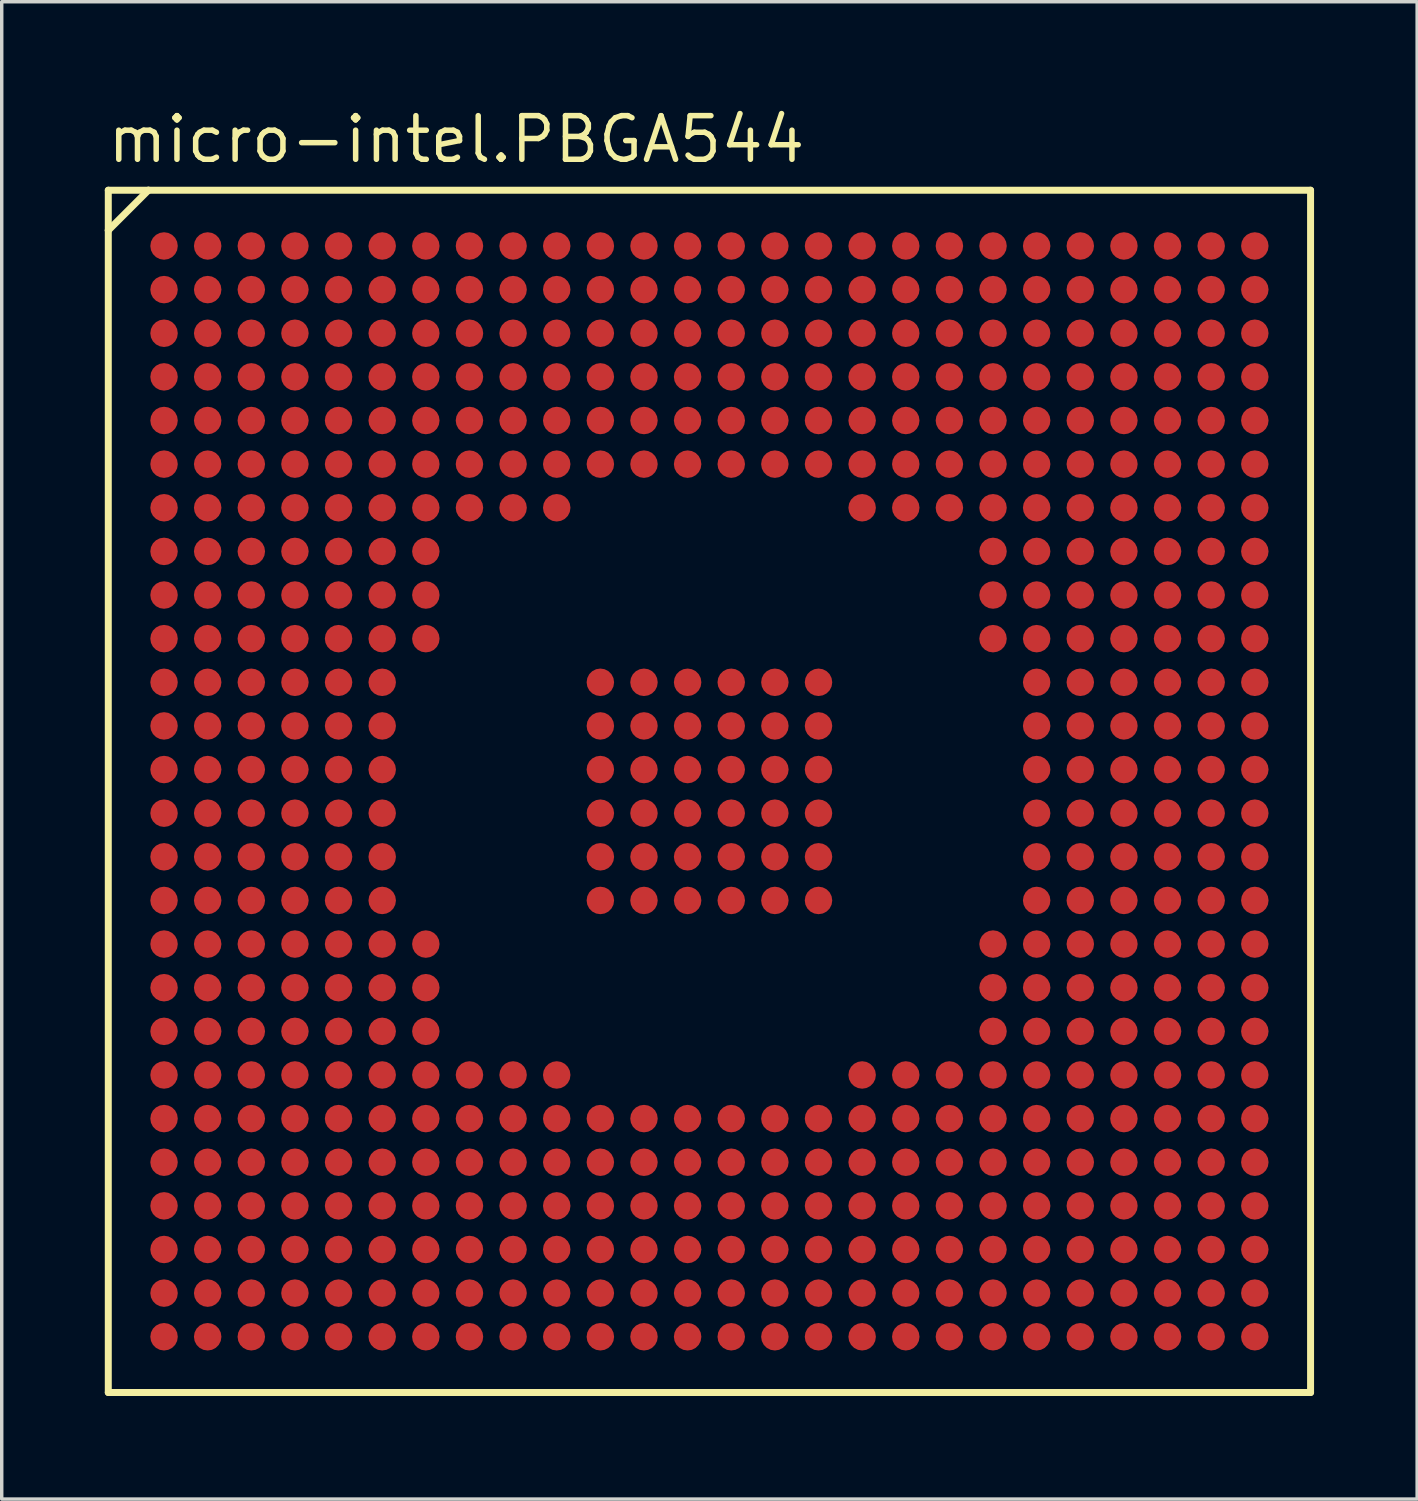
<source format=kicad_pcb>
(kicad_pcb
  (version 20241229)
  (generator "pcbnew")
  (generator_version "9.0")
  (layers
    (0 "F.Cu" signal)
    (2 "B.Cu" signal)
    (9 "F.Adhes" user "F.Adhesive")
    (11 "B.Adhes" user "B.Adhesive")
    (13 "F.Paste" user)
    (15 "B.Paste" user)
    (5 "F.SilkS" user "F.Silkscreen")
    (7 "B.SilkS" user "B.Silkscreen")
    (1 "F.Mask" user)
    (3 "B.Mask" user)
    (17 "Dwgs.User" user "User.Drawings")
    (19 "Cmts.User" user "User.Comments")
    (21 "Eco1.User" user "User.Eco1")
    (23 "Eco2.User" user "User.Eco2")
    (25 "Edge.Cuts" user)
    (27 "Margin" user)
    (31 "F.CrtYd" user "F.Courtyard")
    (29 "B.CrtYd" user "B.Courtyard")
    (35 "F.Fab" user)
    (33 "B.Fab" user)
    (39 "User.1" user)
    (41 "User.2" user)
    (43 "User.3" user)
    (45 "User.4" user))
  (footprint "micro-intel.PBGA544"
    (layer "F.Cu")
    (at 17.6 19.985)
    (property "Reference" "micro-intel.PBGA544" (at -17.6 -18.235 0) (layer "F.SilkS") (effects (font (size 1.27 1.27) (thickness 0.16)) (justify left bottom)))
    (attr smd)
    (fp_circle (center -15.875 -15.875) (end -15.475 -15.875) (stroke (width 0.1) (type default)) (fill no) (layer "F.Mask"))
    (fp_circle (center -15.875 -14.605) (end -15.475 -14.605) (stroke (width 0.1) (type default)) (fill no) (layer "F.Mask"))
    (fp_circle (center -15.875 -13.335) (end -15.475 -13.335) (stroke (width 0.1) (type default)) (fill no) (layer "F.Mask"))
    (fp_circle (center -15.875 -12.065) (end -15.475 -12.065) (stroke (width 0.1) (type default)) (fill no) (layer "F.Mask"))
    (fp_circle (center -15.875 -10.795) (end -15.475 -10.795) (stroke (width 0.1) (type default)) (fill no) (layer "F.Mask"))
    (fp_circle (center -15.875 -9.525) (end -15.475 -9.525) (stroke (width 0.1) (type default)) (fill no) (layer "F.Mask"))
    (fp_circle (center -15.875 -8.255) (end -15.475 -8.255) (stroke (width 0.1) (type default)) (fill no) (layer "F.Mask"))
    (fp_circle (center -15.875 -6.985) (end -15.475 -6.985) (stroke (width 0.1) (type default)) (fill no) (layer "F.Mask"))
    (fp_circle (center -15.875 -5.715) (end -15.475 -5.715) (stroke (width 0.1) (type default)) (fill no) (layer "F.Mask"))
    (fp_circle (center -15.875 -4.445) (end -15.475 -4.445) (stroke (width 0.1) (type default)) (fill no) (layer "F.Mask"))
    (fp_circle (center -15.875 -3.175) (end -15.475 -3.175) (stroke (width 0.1) (type default)) (fill no) (layer "F.Mask"))
    (fp_circle (center -15.875 -1.905) (end -15.475 -1.905) (stroke (width 0.1) (type default)) (fill no) (layer "F.Mask"))
    (fp_circle (center -15.875 -0.635) (end -15.475 -0.635) (stroke (width 0.1) (type default)) (fill no) (layer "F.Mask"))
    (fp_circle (center -15.875 0.635) (end -15.475 0.635) (stroke (width 0.1) (type default)) (fill no) (layer "F.Mask"))
    (fp_circle (center -15.875 1.905) (end -15.475 1.905) (stroke (width 0.1) (type default)) (fill no) (layer "F.Mask"))
    (fp_circle (center -15.875 3.175) (end -15.475 3.175) (stroke (width 0.1) (type default)) (fill no) (layer "F.Mask"))
    (fp_circle (center -15.875 4.445) (end -15.475 4.445) (stroke (width 0.1) (type default)) (fill no) (layer "F.Mask"))
    (fp_circle (center -15.875 5.715) (end -15.475 5.715) (stroke (width 0.1) (type default)) (fill no) (layer "F.Mask"))
    (fp_circle (center -15.875 6.985) (end -15.475 6.985) (stroke (width 0.1) (type default)) (fill no) (layer "F.Mask"))
    (fp_circle (center -15.875 8.255) (end -15.475 8.255) (stroke (width 0.1) (type default)) (fill no) (layer "F.Mask"))
    (fp_circle (center -15.875 9.525) (end -15.475 9.525) (stroke (width 0.1) (type default)) (fill no) (layer "F.Mask"))
    (fp_circle (center -15.875 10.795) (end -15.475 10.795) (stroke (width 0.1) (type default)) (fill no) (layer "F.Mask"))
    (fp_circle (center -15.875 12.065) (end -15.475 12.065) (stroke (width 0.1) (type default)) (fill no) (layer "F.Mask"))
    (fp_circle (center -15.875 13.335) (end -15.475 13.335) (stroke (width 0.1) (type default)) (fill no) (layer "F.Mask"))
    (fp_circle (center -15.875 14.605) (end -15.475 14.605) (stroke (width 0.1) (type default)) (fill no) (layer "F.Mask"))
    (fp_circle (center -15.875 15.875) (end -15.475 15.875) (stroke (width 0.1) (type default)) (fill no) (layer "F.Mask"))
    (fp_circle (center -14.605 -15.875) (end -14.205 -15.875) (stroke (width 0.1) (type default)) (fill no) (layer "F.Mask"))
    (fp_circle (center -14.605 -14.605) (end -14.205 -14.605) (stroke (width 0.1) (type default)) (fill no) (layer "F.Mask"))
    (fp_circle (center -14.605 -13.335) (end -14.205 -13.335) (stroke (width 0.1) (type default)) (fill no) (layer "F.Mask"))
    (fp_circle (center -14.605 -12.065) (end -14.205 -12.065) (stroke (width 0.1) (type default)) (fill no) (layer "F.Mask"))
    (fp_circle (center -14.605 -10.795) (end -14.205 -10.795) (stroke (width 0.1) (type default)) (fill no) (layer "F.Mask"))
    (fp_circle (center -14.605 -9.525) (end -14.205 -9.525) (stroke (width 0.1) (type default)) (fill no) (layer "F.Mask"))
    (fp_circle (center -14.605 -8.255) (end -14.205 -8.255) (stroke (width 0.1) (type default)) (fill no) (layer "F.Mask"))
    (fp_circle (center -14.605 -6.985) (end -14.205 -6.985) (stroke (width 0.1) (type default)) (fill no) (layer "F.Mask"))
    (fp_circle (center -14.605 -5.715) (end -14.205 -5.715) (stroke (width 0.1) (type default)) (fill no) (layer "F.Mask"))
    (fp_circle (center -14.605 -4.445) (end -14.205 -4.445) (stroke (width 0.1) (type default)) (fill no) (layer "F.Mask"))
    (fp_circle (center -14.605 -3.175) (end -14.205 -3.175) (stroke (width 0.1) (type default)) (fill no) (layer "F.Mask"))
    (fp_circle (center -14.605 -1.905) (end -14.205 -1.905) (stroke (width 0.1) (type default)) (fill no) (layer "F.Mask"))
    (fp_circle (center -14.605 -0.635) (end -14.205 -0.635) (stroke (width 0.1) (type default)) (fill no) (layer "F.Mask"))
    (fp_circle (center -14.605 0.635) (end -14.205 0.635) (stroke (width 0.1) (type default)) (fill no) (layer "F.Mask"))
    (fp_circle (center -14.605 1.905) (end -14.205 1.905) (stroke (width 0.1) (type default)) (fill no) (layer "F.Mask"))
    (fp_circle (center -14.605 3.175) (end -14.205 3.175) (stroke (width 0.1) (type default)) (fill no) (layer "F.Mask"))
    (fp_circle (center -14.605 4.445) (end -14.205 4.445) (stroke (width 0.1) (type default)) (fill no) (layer "F.Mask"))
    (fp_circle (center -14.605 5.715) (end -14.205 5.715) (stroke (width 0.1) (type default)) (fill no) (layer "F.Mask"))
    (fp_circle (center -14.605 6.985) (end -14.205 6.985) (stroke (width 0.1) (type default)) (fill no) (layer "F.Mask"))
    (fp_circle (center -14.605 8.255) (end -14.205 8.255) (stroke (width 0.1) (type default)) (fill no) (layer "F.Mask"))
    (fp_circle (center -14.605 9.525) (end -14.205 9.525) (stroke (width 0.1) (type default)) (fill no) (layer "F.Mask"))
    (fp_circle (center -14.605 10.795) (end -14.205 10.795) (stroke (width 0.1) (type default)) (fill no) (layer "F.Mask"))
    (fp_circle (center -14.605 12.065) (end -14.205 12.065) (stroke (width 0.1) (type default)) (fill no) (layer "F.Mask"))
    (fp_circle (center -14.605 13.335) (end -14.205 13.335) (stroke (width 0.1) (type default)) (fill no) (layer "F.Mask"))
    (fp_circle (center -14.605 14.605) (end -14.205 14.605) (stroke (width 0.1) (type default)) (fill no) (layer "F.Mask"))
    (fp_circle (center -14.605 15.875) (end -14.205 15.875) (stroke (width 0.1) (type default)) (fill no) (layer "F.Mask"))
    (fp_circle (center -13.335 -15.875) (end -12.935 -15.875) (stroke (width 0.1) (type default)) (fill no) (layer "F.Mask"))
    (fp_circle (center -13.335 -14.605) (end -12.935 -14.605) (stroke (width 0.1) (type default)) (fill no) (layer "F.Mask"))
    (fp_circle (center -13.335 -13.335) (end -12.935 -13.335) (stroke (width 0.1) (type default)) (fill no) (layer "F.Mask"))
    (fp_circle (center -13.335 -12.065) (end -12.935 -12.065) (stroke (width 0.1) (type default)) (fill no) (layer "F.Mask"))
    (fp_circle (center -13.335 -10.795) (end -12.935 -10.795) (stroke (width 0.1) (type default)) (fill no) (layer "F.Mask"))
    (fp_circle (center -13.335 -9.525) (end -12.935 -9.525) (stroke (width 0.1) (type default)) (fill no) (layer "F.Mask"))
    (fp_circle (center -13.335 -8.255) (end -12.935 -8.255) (stroke (width 0.1) (type default)) (fill no) (layer "F.Mask"))
    (fp_circle (center -13.335 -6.985) (end -12.935 -6.985) (stroke (width 0.1) (type default)) (fill no) (layer "F.Mask"))
    (fp_circle (center -13.335 -5.715) (end -12.935 -5.715) (stroke (width 0.1) (type default)) (fill no) (layer "F.Mask"))
    (fp_circle (center -13.335 -4.445) (end -12.935 -4.445) (stroke (width 0.1) (type default)) (fill no) (layer "F.Mask"))
    (fp_circle (center -13.335 -3.175) (end -12.935 -3.175) (stroke (width 0.1) (type default)) (fill no) (layer "F.Mask"))
    (fp_circle (center -13.335 -1.905) (end -12.935 -1.905) (stroke (width 0.1) (type default)) (fill no) (layer "F.Mask"))
    (fp_circle (center -13.335 -0.635) (end -12.935 -0.635) (stroke (width 0.1) (type default)) (fill no) (layer "F.Mask"))
    (fp_circle (center -13.335 0.635) (end -12.935 0.635) (stroke (width 0.1) (type default)) (fill no) (layer "F.Mask"))
    (fp_circle (center -13.335 1.905) (end -12.935 1.905) (stroke (width 0.1) (type default)) (fill no) (layer "F.Mask"))
    (fp_circle (center -13.335 3.175) (end -12.935 3.175) (stroke (width 0.1) (type default)) (fill no) (layer "F.Mask"))
    (fp_circle (center -13.335 4.445) (end -12.935 4.445) (stroke (width 0.1) (type default)) (fill no) (layer "F.Mask"))
    (fp_circle (center -13.335 5.715) (end -12.935 5.715) (stroke (width 0.1) (type default)) (fill no) (layer "F.Mask"))
    (fp_circle (center -13.335 6.985) (end -12.935 6.985) (stroke (width 0.1) (type default)) (fill no) (layer "F.Mask"))
    (fp_circle (center -13.335 8.255) (end -12.935 8.255) (stroke (width 0.1) (type default)) (fill no) (layer "F.Mask"))
    (fp_circle (center -13.335 9.525) (end -12.935 9.525) (stroke (width 0.1) (type default)) (fill no) (layer "F.Mask"))
    (fp_circle (center -13.335 10.795) (end -12.935 10.795) (stroke (width 0.1) (type default)) (fill no) (layer "F.Mask"))
    (fp_circle (center -13.335 12.065) (end -12.935 12.065) (stroke (width 0.1) (type default)) (fill no) (layer "F.Mask"))
    (fp_circle (center -13.335 13.335) (end -12.935 13.335) (stroke (width 0.1) (type default)) (fill no) (layer "F.Mask"))
    (fp_circle (center -13.335 14.605) (end -12.935 14.605) (stroke (width 0.1) (type default)) (fill no) (layer "F.Mask"))
    (fp_circle (center -13.335 15.875) (end -12.935 15.875) (stroke (width 0.1) (type default)) (fill no) (layer "F.Mask"))
    (fp_circle (center -12.065 -15.875) (end -11.665 -15.875) (stroke (width 0.1) (type default)) (fill no) (layer "F.Mask"))
    (fp_circle (center -12.065 -14.605) (end -11.665 -14.605) (stroke (width 0.1) (type default)) (fill no) (layer "F.Mask"))
    (fp_circle (center -12.065 -13.335) (end -11.665 -13.335) (stroke (width 0.1) (type default)) (fill no) (layer "F.Mask"))
    (fp_circle (center -12.065 -12.065) (end -11.665 -12.065) (stroke (width 0.1) (type default)) (fill no) (layer "F.Mask"))
    (fp_circle (center -12.065 -10.795) (end -11.665 -10.795) (stroke (width 0.1) (type default)) (fill no) (layer "F.Mask"))
    (fp_circle (center -12.065 -9.525) (end -11.665 -9.525) (stroke (width 0.1) (type default)) (fill no) (layer "F.Mask"))
    (fp_circle (center -12.065 -8.255) (end -11.665 -8.255) (stroke (width 0.1) (type default)) (fill no) (layer "F.Mask"))
    (fp_circle (center -12.065 -6.985) (end -11.665 -6.985) (stroke (width 0.1) (type default)) (fill no) (layer "F.Mask"))
    (fp_circle (center -12.065 -5.715) (end -11.665 -5.715) (stroke (width 0.1) (type default)) (fill no) (layer "F.Mask"))
    (fp_circle (center -12.065 -4.445) (end -11.665 -4.445) (stroke (width 0.1) (type default)) (fill no) (layer "F.Mask"))
    (fp_circle (center -12.065 -3.175) (end -11.665 -3.175) (stroke (width 0.1) (type default)) (fill no) (layer "F.Mask"))
    (fp_circle (center -12.065 -1.905) (end -11.665 -1.905) (stroke (width 0.1) (type default)) (fill no) (layer "F.Mask"))
    (fp_circle (center -12.065 -0.635) (end -11.665 -0.635) (stroke (width 0.1) (type default)) (fill no) (layer "F.Mask"))
    (fp_circle (center -12.065 0.635) (end -11.665 0.635) (stroke (width 0.1) (type default)) (fill no) (layer "F.Mask"))
    (fp_circle (center -12.065 1.905) (end -11.665 1.905) (stroke (width 0.1) (type default)) (fill no) (layer "F.Mask"))
    (fp_circle (center -12.065 3.175) (end -11.665 3.175) (stroke (width 0.1) (type default)) (fill no) (layer "F.Mask"))
    (fp_circle (center -12.065 4.445) (end -11.665 4.445) (stroke (width 0.1) (type default)) (fill no) (layer "F.Mask"))
    (fp_circle (center -12.065 5.715) (end -11.665 5.715) (stroke (width 0.1) (type default)) (fill no) (layer "F.Mask"))
    (fp_circle (center -12.065 6.985) (end -11.665 6.985) (stroke (width 0.1) (type default)) (fill no) (layer "F.Mask"))
    (fp_circle (center -12.065 8.255) (end -11.665 8.255) (stroke (width 0.1) (type default)) (fill no) (layer "F.Mask"))
    (fp_circle (center -12.065 9.525) (end -11.665 9.525) (stroke (width 0.1) (type default)) (fill no) (layer "F.Mask"))
    (fp_circle (center -12.065 10.795) (end -11.665 10.795) (stroke (width 0.1) (type default)) (fill no) (layer "F.Mask"))
    (fp_circle (center -12.065 12.065) (end -11.665 12.065) (stroke (width 0.1) (type default)) (fill no) (layer "F.Mask"))
    (fp_circle (center -12.065 13.335) (end -11.665 13.335) (stroke (width 0.1) (type default)) (fill no) (layer "F.Mask"))
    (fp_circle (center -12.065 14.605) (end -11.665 14.605) (stroke (width 0.1) (type default)) (fill no) (layer "F.Mask"))
    (fp_circle (center -12.065 15.875) (end -11.665 15.875) (stroke (width 0.1) (type default)) (fill no) (layer "F.Mask"))
    (fp_circle (center -10.795 -15.875) (end -10.395 -15.875) (stroke (width 0.1) (type default)) (fill no) (layer "F.Mask"))
    (fp_circle (center -10.795 -14.605) (end -10.395 -14.605) (stroke (width 0.1) (type default)) (fill no) (layer "F.Mask"))
    (fp_circle (center -10.795 -13.335) (end -10.395 -13.335) (stroke (width 0.1) (type default)) (fill no) (layer "F.Mask"))
    (fp_circle (center -10.795 -12.065) (end -10.395 -12.065) (stroke (width 0.1) (type default)) (fill no) (layer "F.Mask"))
    (fp_circle (center -10.795 -10.795) (end -10.395 -10.795) (stroke (width 0.1) (type default)) (fill no) (layer "F.Mask"))
    (fp_circle (center -10.795 -9.525) (end -10.395 -9.525) (stroke (width 0.1) (type default)) (fill no) (layer "F.Mask"))
    (fp_circle (center -10.795 -8.255) (end -10.395 -8.255) (stroke (width 0.1) (type default)) (fill no) (layer "F.Mask"))
    (fp_circle (center -10.795 -6.985) (end -10.395 -6.985) (stroke (width 0.1) (type default)) (fill no) (layer "F.Mask"))
    (fp_circle (center -10.795 -5.715) (end -10.395 -5.715) (stroke (width 0.1) (type default)) (fill no) (layer "F.Mask"))
    (fp_circle (center -10.795 -4.445) (end -10.395 -4.445) (stroke (width 0.1) (type default)) (fill no) (layer "F.Mask"))
    (fp_circle (center -10.795 -3.175) (end -10.395 -3.175) (stroke (width 0.1) (type default)) (fill no) (layer "F.Mask"))
    (fp_circle (center -10.795 -1.905) (end -10.395 -1.905) (stroke (width 0.1) (type default)) (fill no) (layer "F.Mask"))
    (fp_circle (center -10.795 -0.635) (end -10.395 -0.635) (stroke (width 0.1) (type default)) (fill no) (layer "F.Mask"))
    (fp_circle (center -10.795 0.635) (end -10.395 0.635) (stroke (width 0.1) (type default)) (fill no) (layer "F.Mask"))
    (fp_circle (center -10.795 1.905) (end -10.395 1.905) (stroke (width 0.1) (type default)) (fill no) (layer "F.Mask"))
    (fp_circle (center -10.795 3.175) (end -10.395 3.175) (stroke (width 0.1) (type default)) (fill no) (layer "F.Mask"))
    (fp_circle (center -10.795 4.445) (end -10.395 4.445) (stroke (width 0.1) (type default)) (fill no) (layer "F.Mask"))
    (fp_circle (center -10.795 5.715) (end -10.395 5.715) (stroke (width 0.1) (type default)) (fill no) (layer "F.Mask"))
    (fp_circle (center -10.795 6.985) (end -10.395 6.985) (stroke (width 0.1) (type default)) (fill no) (layer "F.Mask"))
    (fp_circle (center -10.795 8.255) (end -10.395 8.255) (stroke (width 0.1) (type default)) (fill no) (layer "F.Mask"))
    (fp_circle (center -10.795 9.525) (end -10.395 9.525) (stroke (width 0.1) (type default)) (fill no) (layer "F.Mask"))
    (fp_circle (center -10.795 10.795) (end -10.395 10.795) (stroke (width 0.1) (type default)) (fill no) (layer "F.Mask"))
    (fp_circle (center -10.795 12.065) (end -10.395 12.065) (stroke (width 0.1) (type default)) (fill no) (layer "F.Mask"))
    (fp_circle (center -10.795 13.335) (end -10.395 13.335) (stroke (width 0.1) (type default)) (fill no) (layer "F.Mask"))
    (fp_circle (center -10.795 14.605) (end -10.395 14.605) (stroke (width 0.1) (type default)) (fill no) (layer "F.Mask"))
    (fp_circle (center -10.795 15.875) (end -10.395 15.875) (stroke (width 0.1) (type default)) (fill no) (layer "F.Mask"))
    (fp_circle (center -9.525 -15.875) (end -9.125 -15.875) (stroke (width 0.1) (type default)) (fill no) (layer "F.Mask"))
    (fp_circle (center -9.525 -14.605) (end -9.125 -14.605) (stroke (width 0.1) (type default)) (fill no) (layer "F.Mask"))
    (fp_circle (center -9.525 -13.335) (end -9.125 -13.335) (stroke (width 0.1) (type default)) (fill no) (layer "F.Mask"))
    (fp_circle (center -9.525 -12.065) (end -9.125 -12.065) (stroke (width 0.1) (type default)) (fill no) (layer "F.Mask"))
    (fp_circle (center -9.525 -10.795) (end -9.125 -10.795) (stroke (width 0.1) (type default)) (fill no) (layer "F.Mask"))
    (fp_circle (center -9.525 -9.525) (end -9.125 -9.525) (stroke (width 0.1) (type default)) (fill no) (layer "F.Mask"))
    (fp_circle (center -9.525 -8.255) (end -9.125 -8.255) (stroke (width 0.1) (type default)) (fill no) (layer "F.Mask"))
    (fp_circle (center -9.525 -6.985) (end -9.125 -6.985) (stroke (width 0.1) (type default)) (fill no) (layer "F.Mask"))
    (fp_circle (center -9.525 -5.715) (end -9.125 -5.715) (stroke (width 0.1) (type default)) (fill no) (layer "F.Mask"))
    (fp_circle (center -9.525 -4.445) (end -9.125 -4.445) (stroke (width 0.1) (type default)) (fill no) (layer "F.Mask"))
    (fp_circle (center -9.525 -3.175) (end -9.125 -3.175) (stroke (width 0.1) (type default)) (fill no) (layer "F.Mask"))
    (fp_circle (center -9.525 -1.905) (end -9.125 -1.905) (stroke (width 0.1) (type default)) (fill no) (layer "F.Mask"))
    (fp_circle (center -9.525 -0.635) (end -9.125 -0.635) (stroke (width 0.1) (type default)) (fill no) (layer "F.Mask"))
    (fp_circle (center -9.525 0.635) (end -9.125 0.635) (stroke (width 0.1) (type default)) (fill no) (layer "F.Mask"))
    (fp_circle (center -9.525 1.905) (end -9.125 1.905) (stroke (width 0.1) (type default)) (fill no) (layer "F.Mask"))
    (fp_circle (center -9.525 3.175) (end -9.125 3.175) (stroke (width 0.1) (type default)) (fill no) (layer "F.Mask"))
    (fp_circle (center -9.525 4.445) (end -9.125 4.445) (stroke (width 0.1) (type default)) (fill no) (layer "F.Mask"))
    (fp_circle (center -9.525 5.715) (end -9.125 5.715) (stroke (width 0.1) (type default)) (fill no) (layer "F.Mask"))
    (fp_circle (center -9.525 6.985) (end -9.125 6.985) (stroke (width 0.1) (type default)) (fill no) (layer "F.Mask"))
    (fp_circle (center -9.525 8.255) (end -9.125 8.255) (stroke (width 0.1) (type default)) (fill no) (layer "F.Mask"))
    (fp_circle (center -9.525 9.525) (end -9.125 9.525) (stroke (width 0.1) (type default)) (fill no) (layer "F.Mask"))
    (fp_circle (center -9.525 10.795) (end -9.125 10.795) (stroke (width 0.1) (type default)) (fill no) (layer "F.Mask"))
    (fp_circle (center -9.525 12.065) (end -9.125 12.065) (stroke (width 0.1) (type default)) (fill no) (layer "F.Mask"))
    (fp_circle (center -9.525 13.335) (end -9.125 13.335) (stroke (width 0.1) (type default)) (fill no) (layer "F.Mask"))
    (fp_circle (center -9.525 14.605) (end -9.125 14.605) (stroke (width 0.1) (type default)) (fill no) (layer "F.Mask"))
    (fp_circle (center -9.525 15.875) (end -9.125 15.875) (stroke (width 0.1) (type default)) (fill no) (layer "F.Mask"))
    (fp_circle (center -8.255 -15.875) (end -7.855 -15.875) (stroke (width 0.1) (type default)) (fill no) (layer "F.Mask"))
    (fp_circle (center -8.255 -14.605) (end -7.855 -14.605) (stroke (width 0.1) (type default)) (fill no) (layer "F.Mask"))
    (fp_circle (center -8.255 -13.335) (end -7.855 -13.335) (stroke (width 0.1) (type default)) (fill no) (layer "F.Mask"))
    (fp_circle (center -8.255 -12.065) (end -7.855 -12.065) (stroke (width 0.1) (type default)) (fill no) (layer "F.Mask"))
    (fp_circle (center -8.255 -10.795) (end -7.855 -10.795) (stroke (width 0.1) (type default)) (fill no) (layer "F.Mask"))
    (fp_circle (center -8.255 -9.525) (end -7.855 -9.525) (stroke (width 0.1) (type default)) (fill no) (layer "F.Mask"))
    (fp_circle (center -8.255 -8.255) (end -7.855 -8.255) (stroke (width 0.1) (type default)) (fill no) (layer "F.Mask"))
    (fp_circle (center -8.255 -6.985) (end -7.855 -6.985) (stroke (width 0.1) (type default)) (fill no) (layer "F.Mask"))
    (fp_circle (center -8.255 -5.715) (end -7.855 -5.715) (stroke (width 0.1) (type default)) (fill no) (layer "F.Mask"))
    (fp_circle (center -8.255 -4.445) (end -7.855 -4.445) (stroke (width 0.1) (type default)) (fill no) (layer "F.Mask"))
    (fp_circle (center -8.255 4.445) (end -7.855 4.445) (stroke (width 0.1) (type default)) (fill no) (layer "F.Mask"))
    (fp_circle (center -8.255 5.715) (end -7.855 5.715) (stroke (width 0.1) (type default)) (fill no) (layer "F.Mask"))
    (fp_circle (center -8.255 6.985) (end -7.855 6.985) (stroke (width 0.1) (type default)) (fill no) (layer "F.Mask"))
    (fp_circle (center -8.255 8.255) (end -7.855 8.255) (stroke (width 0.1) (type default)) (fill no) (layer "F.Mask"))
    (fp_circle (center -8.255 9.525) (end -7.855 9.525) (stroke (width 0.1) (type default)) (fill no) (layer "F.Mask"))
    (fp_circle (center -8.255 10.795) (end -7.855 10.795) (stroke (width 0.1) (type default)) (fill no) (layer "F.Mask"))
    (fp_circle (center -8.255 12.065) (end -7.855 12.065) (stroke (width 0.1) (type default)) (fill no) (layer "F.Mask"))
    (fp_circle (center -8.255 13.335) (end -7.855 13.335) (stroke (width 0.1) (type default)) (fill no) (layer "F.Mask"))
    (fp_circle (center -8.255 14.605) (end -7.855 14.605) (stroke (width 0.1) (type default)) (fill no) (layer "F.Mask"))
    (fp_circle (center -8.255 15.875) (end -7.855 15.875) (stroke (width 0.1) (type default)) (fill no) (layer "F.Mask"))
    (fp_circle (center -6.985 -15.875) (end -6.585 -15.875) (stroke (width 0.1) (type default)) (fill no) (layer "F.Mask"))
    (fp_circle (center -6.985 -14.605) (end -6.585 -14.605) (stroke (width 0.1) (type default)) (fill no) (layer "F.Mask"))
    (fp_circle (center -6.985 -13.335) (end -6.585 -13.335) (stroke (width 0.1) (type default)) (fill no) (layer "F.Mask"))
    (fp_circle (center -6.985 -12.065) (end -6.585 -12.065) (stroke (width 0.1) (type default)) (fill no) (layer "F.Mask"))
    (fp_circle (center -6.985 -10.795) (end -6.585 -10.795) (stroke (width 0.1) (type default)) (fill no) (layer "F.Mask"))
    (fp_circle (center -6.985 -9.525) (end -6.585 -9.525) (stroke (width 0.1) (type default)) (fill no) (layer "F.Mask"))
    (fp_circle (center -6.985 -8.255) (end -6.585 -8.255) (stroke (width 0.1) (type default)) (fill no) (layer "F.Mask"))
    (fp_circle (center -6.985 8.255) (end -6.585 8.255) (stroke (width 0.1) (type default)) (fill no) (layer "F.Mask"))
    (fp_circle (center -6.985 9.525) (end -6.585 9.525) (stroke (width 0.1) (type default)) (fill no) (layer "F.Mask"))
    (fp_circle (center -6.985 10.795) (end -6.585 10.795) (stroke (width 0.1) (type default)) (fill no) (layer "F.Mask"))
    (fp_circle (center -6.985 12.065) (end -6.585 12.065) (stroke (width 0.1) (type default)) (fill no) (layer "F.Mask"))
    (fp_circle (center -6.985 13.335) (end -6.585 13.335) (stroke (width 0.1) (type default)) (fill no) (layer "F.Mask"))
    (fp_circle (center -6.985 14.605) (end -6.585 14.605) (stroke (width 0.1) (type default)) (fill no) (layer "F.Mask"))
    (fp_circle (center -6.985 15.875) (end -6.585 15.875) (stroke (width 0.1) (type default)) (fill no) (layer "F.Mask"))
    (fp_circle (center -5.715 -15.875) (end -5.315 -15.875) (stroke (width 0.1) (type default)) (fill no) (layer "F.Mask"))
    (fp_circle (center -5.715 -14.605) (end -5.315 -14.605) (stroke (width 0.1) (type default)) (fill no) (layer "F.Mask"))
    (fp_circle (center -5.715 -13.335) (end -5.315 -13.335) (stroke (width 0.1) (type default)) (fill no) (layer "F.Mask"))
    (fp_circle (center -5.715 -12.065) (end -5.315 -12.065) (stroke (width 0.1) (type default)) (fill no) (layer "F.Mask"))
    (fp_circle (center -5.715 -10.795) (end -5.315 -10.795) (stroke (width 0.1) (type default)) (fill no) (layer "F.Mask"))
    (fp_circle (center -5.715 -9.525) (end -5.315 -9.525) (stroke (width 0.1) (type default)) (fill no) (layer "F.Mask"))
    (fp_circle (center -5.715 -8.255) (end -5.315 -8.255) (stroke (width 0.1) (type default)) (fill no) (layer "F.Mask"))
    (fp_circle (center -5.715 8.255) (end -5.315 8.255) (stroke (width 0.1) (type default)) (fill no) (layer "F.Mask"))
    (fp_circle (center -5.715 9.525) (end -5.315 9.525) (stroke (width 0.1) (type default)) (fill no) (layer "F.Mask"))
    (fp_circle (center -5.715 10.795) (end -5.315 10.795) (stroke (width 0.1) (type default)) (fill no) (layer "F.Mask"))
    (fp_circle (center -5.715 12.065) (end -5.315 12.065) (stroke (width 0.1) (type default)) (fill no) (layer "F.Mask"))
    (fp_circle (center -5.715 13.335) (end -5.315 13.335) (stroke (width 0.1) (type default)) (fill no) (layer "F.Mask"))
    (fp_circle (center -5.715 14.605) (end -5.315 14.605) (stroke (width 0.1) (type default)) (fill no) (layer "F.Mask"))
    (fp_circle (center -5.715 15.875) (end -5.315 15.875) (stroke (width 0.1) (type default)) (fill no) (layer "F.Mask"))
    (fp_circle (center -4.445 -15.875) (end -4.045 -15.875) (stroke (width 0.1) (type default)) (fill no) (layer "F.Mask"))
    (fp_circle (center -4.445 -14.605) (end -4.045 -14.605) (stroke (width 0.1) (type default)) (fill no) (layer "F.Mask"))
    (fp_circle (center -4.445 -13.335) (end -4.045 -13.335) (stroke (width 0.1) (type default)) (fill no) (layer "F.Mask"))
    (fp_circle (center -4.445 -12.065) (end -4.045 -12.065) (stroke (width 0.1) (type default)) (fill no) (layer "F.Mask"))
    (fp_circle (center -4.445 -10.795) (end -4.045 -10.795) (stroke (width 0.1) (type default)) (fill no) (layer "F.Mask"))
    (fp_circle (center -4.445 -9.525) (end -4.045 -9.525) (stroke (width 0.1) (type default)) (fill no) (layer "F.Mask"))
    (fp_circle (center -4.445 -8.255) (end -4.045 -8.255) (stroke (width 0.1) (type default)) (fill no) (layer "F.Mask"))
    (fp_circle (center -4.445 8.255) (end -4.045 8.255) (stroke (width 0.1) (type default)) (fill no) (layer "F.Mask"))
    (fp_circle (center -4.445 9.525) (end -4.045 9.525) (stroke (width 0.1) (type default)) (fill no) (layer "F.Mask"))
    (fp_circle (center -4.445 10.795) (end -4.045 10.795) (stroke (width 0.1) (type default)) (fill no) (layer "F.Mask"))
    (fp_circle (center -4.445 12.065) (end -4.045 12.065) (stroke (width 0.1) (type default)) (fill no) (layer "F.Mask"))
    (fp_circle (center -4.445 13.335) (end -4.045 13.335) (stroke (width 0.1) (type default)) (fill no) (layer "F.Mask"))
    (fp_circle (center -4.445 14.605) (end -4.045 14.605) (stroke (width 0.1) (type default)) (fill no) (layer "F.Mask"))
    (fp_circle (center -4.445 15.875) (end -4.045 15.875) (stroke (width 0.1) (type default)) (fill no) (layer "F.Mask"))
    (fp_circle (center -3.175 -15.875) (end -2.775 -15.875) (stroke (width 0.1) (type default)) (fill no) (layer "F.Mask"))
    (fp_circle (center -3.175 -14.605) (end -2.775 -14.605) (stroke (width 0.1) (type default)) (fill no) (layer "F.Mask"))
    (fp_circle (center -3.175 -13.335) (end -2.775 -13.335) (stroke (width 0.1) (type default)) (fill no) (layer "F.Mask"))
    (fp_circle (center -3.175 -12.065) (end -2.775 -12.065) (stroke (width 0.1) (type default)) (fill no) (layer "F.Mask"))
    (fp_circle (center -3.175 -10.795) (end -2.775 -10.795) (stroke (width 0.1) (type default)) (fill no) (layer "F.Mask"))
    (fp_circle (center -3.175 -9.525) (end -2.775 -9.525) (stroke (width 0.1) (type default)) (fill no) (layer "F.Mask"))
    (fp_circle (center -3.175 -3.175) (end -2.775 -3.175) (stroke (width 0.1) (type default)) (fill no) (layer "F.Mask"))
    (fp_circle (center -3.175 -1.905) (end -2.775 -1.905) (stroke (width 0.1) (type default)) (fill no) (layer "F.Mask"))
    (fp_circle (center -3.175 -0.635) (end -2.775 -0.635) (stroke (width 0.1) (type default)) (fill no) (layer "F.Mask"))
    (fp_circle (center -3.175 0.635) (end -2.775 0.635) (stroke (width 0.1) (type default)) (fill no) (layer "F.Mask"))
    (fp_circle (center -3.175 1.905) (end -2.775 1.905) (stroke (width 0.1) (type default)) (fill no) (layer "F.Mask"))
    (fp_circle (center -3.175 3.175) (end -2.775 3.175) (stroke (width 0.1) (type default)) (fill no) (layer "F.Mask"))
    (fp_circle (center -3.175 9.525) (end -2.775 9.525) (stroke (width 0.1) (type default)) (fill no) (layer "F.Mask"))
    (fp_circle (center -3.175 10.795) (end -2.775 10.795) (stroke (width 0.1) (type default)) (fill no) (layer "F.Mask"))
    (fp_circle (center -3.175 12.065) (end -2.775 12.065) (stroke (width 0.1) (type default)) (fill no) (layer "F.Mask"))
    (fp_circle (center -3.175 13.335) (end -2.775 13.335) (stroke (width 0.1) (type default)) (fill no) (layer "F.Mask"))
    (fp_circle (center -3.175 14.605) (end -2.775 14.605) (stroke (width 0.1) (type default)) (fill no) (layer "F.Mask"))
    (fp_circle (center -3.175 15.875) (end -2.775 15.875) (stroke (width 0.1) (type default)) (fill no) (layer "F.Mask"))
    (fp_circle (center -1.905 -15.875) (end -1.505 -15.875) (stroke (width 0.1) (type default)) (fill no) (layer "F.Mask"))
    (fp_circle (center -1.905 -14.605) (end -1.505 -14.605) (stroke (width 0.1) (type default)) (fill no) (layer "F.Mask"))
    (fp_circle (center -1.905 -13.335) (end -1.505 -13.335) (stroke (width 0.1) (type default)) (fill no) (layer "F.Mask"))
    (fp_circle (center -1.905 -12.065) (end -1.505 -12.065) (stroke (width 0.1) (type default)) (fill no) (layer "F.Mask"))
    (fp_circle (center -1.905 -10.795) (end -1.505 -10.795) (stroke (width 0.1) (type default)) (fill no) (layer "F.Mask"))
    (fp_circle (center -1.905 -9.525) (end -1.505 -9.525) (stroke (width 0.1) (type default)) (fill no) (layer "F.Mask"))
    (fp_circle (center -1.905 -3.175) (end -1.505 -3.175) (stroke (width 0.1) (type default)) (fill no) (layer "F.Mask"))
    (fp_circle (center -1.905 -1.905) (end -1.505 -1.905) (stroke (width 0.1) (type default)) (fill no) (layer "F.Mask"))
    (fp_circle (center -1.905 -0.635) (end -1.505 -0.635) (stroke (width 0.1) (type default)) (fill no) (layer "F.Mask"))
    (fp_circle (center -1.905 0.635) (end -1.505 0.635) (stroke (width 0.1) (type default)) (fill no) (layer "F.Mask"))
    (fp_circle (center -1.905 1.905) (end -1.505 1.905) (stroke (width 0.1) (type default)) (fill no) (layer "F.Mask"))
    (fp_circle (center -1.905 3.175) (end -1.505 3.175) (stroke (width 0.1) (type default)) (fill no) (layer "F.Mask"))
    (fp_circle (center -1.905 9.525) (end -1.505 9.525) (stroke (width 0.1) (type default)) (fill no) (layer "F.Mask"))
    (fp_circle (center -1.905 10.795) (end -1.505 10.795) (stroke (width 0.1) (type default)) (fill no) (layer "F.Mask"))
    (fp_circle (center -1.905 12.065) (end -1.505 12.065) (stroke (width 0.1) (type default)) (fill no) (layer "F.Mask"))
    (fp_circle (center -1.905 13.335) (end -1.505 13.335) (stroke (width 0.1) (type default)) (fill no) (layer "F.Mask"))
    (fp_circle (center -1.905 14.605) (end -1.505 14.605) (stroke (width 0.1) (type default)) (fill no) (layer "F.Mask"))
    (fp_circle (center -1.905 15.875) (end -1.505 15.875) (stroke (width 0.1) (type default)) (fill no) (layer "F.Mask"))
    (fp_circle (center -0.635 -15.875) (end -0.235 -15.875) (stroke (width 0.1) (type default)) (fill no) (layer "F.Mask"))
    (fp_circle (center -0.635 -14.605) (end -0.235 -14.605) (stroke (width 0.1) (type default)) (fill no) (layer "F.Mask"))
    (fp_circle (center -0.635 -13.335) (end -0.235 -13.335) (stroke (width 0.1) (type default)) (fill no) (layer "F.Mask"))
    (fp_circle (center -0.635 -12.065) (end -0.235 -12.065) (stroke (width 0.1) (type default)) (fill no) (layer "F.Mask"))
    (fp_circle (center -0.635 -10.795) (end -0.235 -10.795) (stroke (width 0.1) (type default)) (fill no) (layer "F.Mask"))
    (fp_circle (center -0.635 -9.525) (end -0.235 -9.525) (stroke (width 0.1) (type default)) (fill no) (layer "F.Mask"))
    (fp_circle (center -0.635 -3.175) (end -0.235 -3.175) (stroke (width 0.1) (type default)) (fill no) (layer "F.Mask"))
    (fp_circle (center -0.635 -1.905) (end -0.235 -1.905) (stroke (width 0.1) (type default)) (fill no) (layer "F.Mask"))
    (fp_circle (center -0.635 -0.635) (end -0.235 -0.635) (stroke (width 0.1) (type default)) (fill no) (layer "F.Mask"))
    (fp_circle (center -0.635 0.635) (end -0.235 0.635) (stroke (width 0.1) (type default)) (fill no) (layer "F.Mask"))
    (fp_circle (center -0.635 1.905) (end -0.235 1.905) (stroke (width 0.1) (type default)) (fill no) (layer "F.Mask"))
    (fp_circle (center -0.635 3.175) (end -0.235 3.175) (stroke (width 0.1) (type default)) (fill no) (layer "F.Mask"))
    (fp_circle (center -0.635 9.525) (end -0.235 9.525) (stroke (width 0.1) (type default)) (fill no) (layer "F.Mask"))
    (fp_circle (center -0.635 10.795) (end -0.235 10.795) (stroke (width 0.1) (type default)) (fill no) (layer "F.Mask"))
    (fp_circle (center -0.635 12.065) (end -0.235 12.065) (stroke (width 0.1) (type default)) (fill no) (layer "F.Mask"))
    (fp_circle (center -0.635 13.335) (end -0.235 13.335) (stroke (width 0.1) (type default)) (fill no) (layer "F.Mask"))
    (fp_circle (center -0.635 14.605) (end -0.235 14.605) (stroke (width 0.1) (type default)) (fill no) (layer "F.Mask"))
    (fp_circle (center -0.635 15.875) (end -0.235 15.875) (stroke (width 0.1) (type default)) (fill no) (layer "F.Mask"))
    (fp_circle (center 0.635 -15.875) (end 1.035 -15.875) (stroke (width 0.1) (type default)) (fill no) (layer "F.Mask"))
    (fp_circle (center 0.635 -14.605) (end 1.035 -14.605) (stroke (width 0.1) (type default)) (fill no) (layer "F.Mask"))
    (fp_circle (center 0.635 -13.335) (end 1.035 -13.335) (stroke (width 0.1) (type default)) (fill no) (layer "F.Mask"))
    (fp_circle (center 0.635 -12.065) (end 1.035 -12.065) (stroke (width 0.1) (type default)) (fill no) (layer "F.Mask"))
    (fp_circle (center 0.635 -10.795) (end 1.035 -10.795) (stroke (width 0.1) (type default)) (fill no) (layer "F.Mask"))
    (fp_circle (center 0.635 -9.525) (end 1.035 -9.525) (stroke (width 0.1) (type default)) (fill no) (layer "F.Mask"))
    (fp_circle (center 0.635 -3.175) (end 1.035 -3.175) (stroke (width 0.1) (type default)) (fill no) (layer "F.Mask"))
    (fp_circle (center 0.635 -1.905) (end 1.035 -1.905) (stroke (width 0.1) (type default)) (fill no) (layer "F.Mask"))
    (fp_circle (center 0.635 -0.635) (end 1.035 -0.635) (stroke (width 0.1) (type default)) (fill no) (layer "F.Mask"))
    (fp_circle (center 0.635 0.635) (end 1.035 0.635) (stroke (width 0.1) (type default)) (fill no) (layer "F.Mask"))
    (fp_circle (center 0.635 1.905) (end 1.035 1.905) (stroke (width 0.1) (type default)) (fill no) (layer "F.Mask"))
    (fp_circle (center 0.635 3.175) (end 1.035 3.175) (stroke (width 0.1) (type default)) (fill no) (layer "F.Mask"))
    (fp_circle (center 0.635 9.525) (end 1.035 9.525) (stroke (width 0.1) (type default)) (fill no) (layer "F.Mask"))
    (fp_circle (center 0.635 10.795) (end 1.035 10.795) (stroke (width 0.1) (type default)) (fill no) (layer "F.Mask"))
    (fp_circle (center 0.635 12.065) (end 1.035 12.065) (stroke (width 0.1) (type default)) (fill no) (layer "F.Mask"))
    (fp_circle (center 0.635 13.335) (end 1.035 13.335) (stroke (width 0.1) (type default)) (fill no) (layer "F.Mask"))
    (fp_circle (center 0.635 14.605) (end 1.035 14.605) (stroke (width 0.1) (type default)) (fill no) (layer "F.Mask"))
    (fp_circle (center 0.635 15.875) (end 1.035 15.875) (stroke (width 0.1) (type default)) (fill no) (layer "F.Mask"))
    (fp_circle (center 1.905 -15.875) (end 2.305 -15.875) (stroke (width 0.1) (type default)) (fill no) (layer "F.Mask"))
    (fp_circle (center 1.905 -14.605) (end 2.305 -14.605) (stroke (width 0.1) (type default)) (fill no) (layer "F.Mask"))
    (fp_circle (center 1.905 -13.335) (end 2.305 -13.335) (stroke (width 0.1) (type default)) (fill no) (layer "F.Mask"))
    (fp_circle (center 1.905 -12.065) (end 2.305 -12.065) (stroke (width 0.1) (type default)) (fill no) (layer "F.Mask"))
    (fp_circle (center 1.905 -10.795) (end 2.305 -10.795) (stroke (width 0.1) (type default)) (fill no) (layer "F.Mask"))
    (fp_circle (center 1.905 -9.525) (end 2.305 -9.525) (stroke (width 0.1) (type default)) (fill no) (layer "F.Mask"))
    (fp_circle (center 1.905 -3.175) (end 2.305 -3.175) (stroke (width 0.1) (type default)) (fill no) (layer "F.Mask"))
    (fp_circle (center 1.905 -1.905) (end 2.305 -1.905) (stroke (width 0.1) (type default)) (fill no) (layer "F.Mask"))
    (fp_circle (center 1.905 -0.635) (end 2.305 -0.635) (stroke (width 0.1) (type default)) (fill no) (layer "F.Mask"))
    (fp_circle (center 1.905 0.635) (end 2.305 0.635) (stroke (width 0.1) (type default)) (fill no) (layer "F.Mask"))
    (fp_circle (center 1.905 1.905) (end 2.305 1.905) (stroke (width 0.1) (type default)) (fill no) (layer "F.Mask"))
    (fp_circle (center 1.905 3.175) (end 2.305 3.175) (stroke (width 0.1) (type default)) (fill no) (layer "F.Mask"))
    (fp_circle (center 1.905 9.525) (end 2.305 9.525) (stroke (width 0.1) (type default)) (fill no) (layer "F.Mask"))
    (fp_circle (center 1.905 10.795) (end 2.305 10.795) (stroke (width 0.1) (type default)) (fill no) (layer "F.Mask"))
    (fp_circle (center 1.905 12.065) (end 2.305 12.065) (stroke (width 0.1) (type default)) (fill no) (layer "F.Mask"))
    (fp_circle (center 1.905 13.335) (end 2.305 13.335) (stroke (width 0.1) (type default)) (fill no) (layer "F.Mask"))
    (fp_circle (center 1.905 14.605) (end 2.305 14.605) (stroke (width 0.1) (type default)) (fill no) (layer "F.Mask"))
    (fp_circle (center 1.905 15.875) (end 2.305 15.875) (stroke (width 0.1) (type default)) (fill no) (layer "F.Mask"))
    (fp_circle (center 3.175 -15.875) (end 3.575 -15.875) (stroke (width 0.1) (type default)) (fill no) (layer "F.Mask"))
    (fp_circle (center 3.175 -14.605) (end 3.575 -14.605) (stroke (width 0.1) (type default)) (fill no) (layer "F.Mask"))
    (fp_circle (center 3.175 -13.335) (end 3.575 -13.335) (stroke (width 0.1) (type default)) (fill no) (layer "F.Mask"))
    (fp_circle (center 3.175 -12.065) (end 3.575 -12.065) (stroke (width 0.1) (type default)) (fill no) (layer "F.Mask"))
    (fp_circle (center 3.175 -10.795) (end 3.575 -10.795) (stroke (width 0.1) (type default)) (fill no) (layer "F.Mask"))
    (fp_circle (center 3.175 -9.525) (end 3.575 -9.525) (stroke (width 0.1) (type default)) (fill no) (layer "F.Mask"))
    (fp_circle (center 3.175 -3.175) (end 3.575 -3.175) (stroke (width 0.1) (type default)) (fill no) (layer "F.Mask"))
    (fp_circle (center 3.175 -1.905) (end 3.575 -1.905) (stroke (width 0.1) (type default)) (fill no) (layer "F.Mask"))
    (fp_circle (center 3.175 -0.635) (end 3.575 -0.635) (stroke (width 0.1) (type default)) (fill no) (layer "F.Mask"))
    (fp_circle (center 3.175 0.635) (end 3.575 0.635) (stroke (width 0.1) (type default)) (fill no) (layer "F.Mask"))
    (fp_circle (center 3.175 1.905) (end 3.575 1.905) (stroke (width 0.1) (type default)) (fill no) (layer "F.Mask"))
    (fp_circle (center 3.175 3.175) (end 3.575 3.175) (stroke (width 0.1) (type default)) (fill no) (layer "F.Mask"))
    (fp_circle (center 3.175 9.525) (end 3.575 9.525) (stroke (width 0.1) (type default)) (fill no) (layer "F.Mask"))
    (fp_circle (center 3.175 10.795) (end 3.575 10.795) (stroke (width 0.1) (type default)) (fill no) (layer "F.Mask"))
    (fp_circle (center 3.175 12.065) (end 3.575 12.065) (stroke (width 0.1) (type default)) (fill no) (layer "F.Mask"))
    (fp_circle (center 3.175 13.335) (end 3.575 13.335) (stroke (width 0.1) (type default)) (fill no) (layer "F.Mask"))
    (fp_circle (center 3.175 14.605) (end 3.575 14.605) (stroke (width 0.1) (type default)) (fill no) (layer "F.Mask"))
    (fp_circle (center 3.175 15.875) (end 3.575 15.875) (stroke (width 0.1) (type default)) (fill no) (layer "F.Mask"))
    (fp_circle (center 4.445 -15.875) (end 4.845 -15.875) (stroke (width 0.1) (type default)) (fill no) (layer "F.Mask"))
    (fp_circle (center 4.445 -14.605) (end 4.845 -14.605) (stroke (width 0.1) (type default)) (fill no) (layer "F.Mask"))
    (fp_circle (center 4.445 -13.335) (end 4.845 -13.335) (stroke (width 0.1) (type default)) (fill no) (layer "F.Mask"))
    (fp_circle (center 4.445 -12.065) (end 4.845 -12.065) (stroke (width 0.1) (type default)) (fill no) (layer "F.Mask"))
    (fp_circle (center 4.445 -10.795) (end 4.845 -10.795) (stroke (width 0.1) (type default)) (fill no) (layer "F.Mask"))
    (fp_circle (center 4.445 -9.525) (end 4.845 -9.525) (stroke (width 0.1) (type default)) (fill no) (layer "F.Mask"))
    (fp_circle (center 4.445 -8.255) (end 4.845 -8.255) (stroke (width 0.1) (type default)) (fill no) (layer "F.Mask"))
    (fp_circle (center 4.445 8.255) (end 4.845 8.255) (stroke (width 0.1) (type default)) (fill no) (layer "F.Mask"))
    (fp_circle (center 4.445 9.525) (end 4.845 9.525) (stroke (width 0.1) (type default)) (fill no) (layer "F.Mask"))
    (fp_circle (center 4.445 10.795) (end 4.845 10.795) (stroke (width 0.1) (type default)) (fill no) (layer "F.Mask"))
    (fp_circle (center 4.445 12.065) (end 4.845 12.065) (stroke (width 0.1) (type default)) (fill no) (layer "F.Mask"))
    (fp_circle (center 4.445 13.335) (end 4.845 13.335) (stroke (width 0.1) (type default)) (fill no) (layer "F.Mask"))
    (fp_circle (center 4.445 14.605) (end 4.845 14.605) (stroke (width 0.1) (type default)) (fill no) (layer "F.Mask"))
    (fp_circle (center 4.445 15.875) (end 4.845 15.875) (stroke (width 0.1) (type default)) (fill no) (layer "F.Mask"))
    (fp_circle (center 5.715 -15.875) (end 6.115 -15.875) (stroke (width 0.1) (type default)) (fill no) (layer "F.Mask"))
    (fp_circle (center 5.715 -14.605) (end 6.115 -14.605) (stroke (width 0.1) (type default)) (fill no) (layer "F.Mask"))
    (fp_circle (center 5.715 -13.335) (end 6.115 -13.335) (stroke (width 0.1) (type default)) (fill no) (layer "F.Mask"))
    (fp_circle (center 5.715 -12.065) (end 6.115 -12.065) (stroke (width 0.1) (type default)) (fill no) (layer "F.Mask"))
    (fp_circle (center 5.715 -10.795) (end 6.115 -10.795) (stroke (width 0.1) (type default)) (fill no) (layer "F.Mask"))
    (fp_circle (center 5.715 -9.525) (end 6.115 -9.525) (stroke (width 0.1) (type default)) (fill no) (layer "F.Mask"))
    (fp_circle (center 5.715 -8.255) (end 6.115 -8.255) (stroke (width 0.1) (type default)) (fill no) (layer "F.Mask"))
    (fp_circle (center 5.715 8.255) (end 6.115 8.255) (stroke (width 0.1) (type default)) (fill no) (layer "F.Mask"))
    (fp_circle (center 5.715 9.525) (end 6.115 9.525) (stroke (width 0.1) (type default)) (fill no) (layer "F.Mask"))
    (fp_circle (center 5.715 10.795) (end 6.115 10.795) (stroke (width 0.1) (type default)) (fill no) (layer "F.Mask"))
    (fp_circle (center 5.715 12.065) (end 6.115 12.065) (stroke (width 0.1) (type default)) (fill no) (layer "F.Mask"))
    (fp_circle (center 5.715 13.335) (end 6.115 13.335) (stroke (width 0.1) (type default)) (fill no) (layer "F.Mask"))
    (fp_circle (center 5.715 14.605) (end 6.115 14.605) (stroke (width 0.1) (type default)) (fill no) (layer "F.Mask"))
    (fp_circle (center 5.715 15.875) (end 6.115 15.875) (stroke (width 0.1) (type default)) (fill no) (layer "F.Mask"))
    (fp_circle (center 6.985 -15.875) (end 7.385 -15.875) (stroke (width 0.1) (type default)) (fill no) (layer "F.Mask"))
    (fp_circle (center 6.985 -14.605) (end 7.385 -14.605) (stroke (width 0.1) (type default)) (fill no) (layer "F.Mask"))
    (fp_circle (center 6.985 -13.335) (end 7.385 -13.335) (stroke (width 0.1) (type default)) (fill no) (layer "F.Mask"))
    (fp_circle (center 6.985 -12.065) (end 7.385 -12.065) (stroke (width 0.1) (type default)) (fill no) (layer "F.Mask"))
    (fp_circle (center 6.985 -10.795) (end 7.385 -10.795) (stroke (width 0.1) (type default)) (fill no) (layer "F.Mask"))
    (fp_circle (center 6.985 -9.525) (end 7.385 -9.525) (stroke (width 0.1) (type default)) (fill no) (layer "F.Mask"))
    (fp_circle (center 6.985 -8.255) (end 7.385 -8.255) (stroke (width 0.1) (type default)) (fill no) (layer "F.Mask"))
    (fp_circle (center 6.985 8.255) (end 7.385 8.255) (stroke (width 0.1) (type default)) (fill no) (layer "F.Mask"))
    (fp_circle (center 6.985 9.525) (end 7.385 9.525) (stroke (width 0.1) (type default)) (fill no) (layer "F.Mask"))
    (fp_circle (center 6.985 10.795) (end 7.385 10.795) (stroke (width 0.1) (type default)) (fill no) (layer "F.Mask"))
    (fp_circle (center 6.985 12.065) (end 7.385 12.065) (stroke (width 0.1) (type default)) (fill no) (layer "F.Mask"))
    (fp_circle (center 6.985 13.335) (end 7.385 13.335) (stroke (width 0.1) (type default)) (fill no) (layer "F.Mask"))
    (fp_circle (center 6.985 14.605) (end 7.385 14.605) (stroke (width 0.1) (type default)) (fill no) (layer "F.Mask"))
    (fp_circle (center 6.985 15.875) (end 7.385 15.875) (stroke (width 0.1) (type default)) (fill no) (layer "F.Mask"))
    (fp_circle (center 8.255 -15.875) (end 8.655 -15.875) (stroke (width 0.1) (type default)) (fill no) (layer "F.Mask"))
    (fp_circle (center 8.255 -14.605) (end 8.655 -14.605) (stroke (width 0.1) (type default)) (fill no) (layer "F.Mask"))
    (fp_circle (center 8.255 -13.335) (end 8.655 -13.335) (stroke (width 0.1) (type default)) (fill no) (layer "F.Mask"))
    (fp_circle (center 8.255 -12.065) (end 8.655 -12.065) (stroke (width 0.1) (type default)) (fill no) (layer "F.Mask"))
    (fp_circle (center 8.255 -10.795) (end 8.655 -10.795) (stroke (width 0.1) (type default)) (fill no) (layer "F.Mask"))
    (fp_circle (center 8.255 -9.525) (end 8.655 -9.525) (stroke (width 0.1) (type default)) (fill no) (layer "F.Mask"))
    (fp_circle (center 8.255 -8.255) (end 8.655 -8.255) (stroke (width 0.1) (type default)) (fill no) (layer "F.Mask"))
    (fp_circle (center 8.255 -6.985) (end 8.655 -6.985) (stroke (width 0.1) (type default)) (fill no) (layer "F.Mask"))
    (fp_circle (center 8.255 -5.715) (end 8.655 -5.715) (stroke (width 0.1) (type default)) (fill no) (layer "F.Mask"))
    (fp_circle (center 8.255 -4.445) (end 8.655 -4.445) (stroke (width 0.1) (type default)) (fill no) (layer "F.Mask"))
    (fp_circle (center 8.255 4.445) (end 8.655 4.445) (stroke (width 0.1) (type default)) (fill no) (layer "F.Mask"))
    (fp_circle (center 8.255 5.715) (end 8.655 5.715) (stroke (width 0.1) (type default)) (fill no) (layer "F.Mask"))
    (fp_circle (center 8.255 6.985) (end 8.655 6.985) (stroke (width 0.1) (type default)) (fill no) (layer "F.Mask"))
    (fp_circle (center 8.255 8.255) (end 8.655 8.255) (stroke (width 0.1) (type default)) (fill no) (layer "F.Mask"))
    (fp_circle (center 8.255 9.525) (end 8.655 9.525) (stroke (width 0.1) (type default)) (fill no) (layer "F.Mask"))
    (fp_circle (center 8.255 10.795) (end 8.655 10.795) (stroke (width 0.1) (type default)) (fill no) (layer "F.Mask"))
    (fp_circle (center 8.255 12.065) (end 8.655 12.065) (stroke (width 0.1) (type default)) (fill no) (layer "F.Mask"))
    (fp_circle (center 8.255 13.335) (end 8.655 13.335) (stroke (width 0.1) (type default)) (fill no) (layer "F.Mask"))
    (fp_circle (center 8.255 14.605) (end 8.655 14.605) (stroke (width 0.1) (type default)) (fill no) (layer "F.Mask"))
    (fp_circle (center 8.255 15.875) (end 8.655 15.875) (stroke (width 0.1) (type default)) (fill no) (layer "F.Mask"))
    (fp_circle (center 9.525 -15.875) (end 9.925 -15.875) (stroke (width 0.1) (type default)) (fill no) (layer "F.Mask"))
    (fp_circle (center 9.525 -14.605) (end 9.925 -14.605) (stroke (width 0.1) (type default)) (fill no) (layer "F.Mask"))
    (fp_circle (center 9.525 -13.335) (end 9.925 -13.335) (stroke (width 0.1) (type default)) (fill no) (layer "F.Mask"))
    (fp_circle (center 9.525 -12.065) (end 9.925 -12.065) (stroke (width 0.1) (type default)) (fill no) (layer "F.Mask"))
    (fp_circle (center 9.525 -10.795) (end 9.925 -10.795) (stroke (width 0.1) (type default)) (fill no) (layer "F.Mask"))
    (fp_circle (center 9.525 -9.525) (end 9.925 -9.525) (stroke (width 0.1) (type default)) (fill no) (layer "F.Mask"))
    (fp_circle (center 9.525 -8.255) (end 9.925 -8.255) (stroke (width 0.1) (type default)) (fill no) (layer "F.Mask"))
    (fp_circle (center 9.525 -6.985) (end 9.925 -6.985) (stroke (width 0.1) (type default)) (fill no) (layer "F.Mask"))
    (fp_circle (center 9.525 -5.715) (end 9.925 -5.715) (stroke (width 0.1) (type default)) (fill no) (layer "F.Mask"))
    (fp_circle (center 9.525 -4.445) (end 9.925 -4.445) (stroke (width 0.1) (type default)) (fill no) (layer "F.Mask"))
    (fp_circle (center 9.525 -3.175) (end 9.925 -3.175) (stroke (width 0.1) (type default)) (fill no) (layer "F.Mask"))
    (fp_circle (center 9.525 -1.905) (end 9.925 -1.905) (stroke (width 0.1) (type default)) (fill no) (layer "F.Mask"))
    (fp_circle (center 9.525 -0.635) (end 9.925 -0.635) (stroke (width 0.1) (type default)) (fill no) (layer "F.Mask"))
    (fp_circle (center 9.525 0.635) (end 9.925 0.635) (stroke (width 0.1) (type default)) (fill no) (layer "F.Mask"))
    (fp_circle (center 9.525 1.905) (end 9.925 1.905) (stroke (width 0.1) (type default)) (fill no) (layer "F.Mask"))
    (fp_circle (center 9.525 3.175) (end 9.925 3.175) (stroke (width 0.1) (type default)) (fill no) (layer "F.Mask"))
    (fp_circle (center 9.525 4.445) (end 9.925 4.445) (stroke (width 0.1) (type default)) (fill no) (layer "F.Mask"))
    (fp_circle (center 9.525 5.715) (end 9.925 5.715) (stroke (width 0.1) (type default)) (fill no) (layer "F.Mask"))
    (fp_circle (center 9.525 6.985) (end 9.925 6.985) (stroke (width 0.1) (type default)) (fill no) (layer "F.Mask"))
    (fp_circle (center 9.525 8.255) (end 9.925 8.255) (stroke (width 0.1) (type default)) (fill no) (layer "F.Mask"))
    (fp_circle (center 9.525 9.525) (end 9.925 9.525) (stroke (width 0.1) (type default)) (fill no) (layer "F.Mask"))
    (fp_circle (center 9.525 10.795) (end 9.925 10.795) (stroke (width 0.1) (type default)) (fill no) (layer "F.Mask"))
    (fp_circle (center 9.525 12.065) (end 9.925 12.065) (stroke (width 0.1) (type default)) (fill no) (layer "F.Mask"))
    (fp_circle (center 9.525 13.335) (end 9.925 13.335) (stroke (width 0.1) (type default)) (fill no) (layer "F.Mask"))
    (fp_circle (center 9.525 14.605) (end 9.925 14.605) (stroke (width 0.1) (type default)) (fill no) (layer "F.Mask"))
    (fp_circle (center 9.525 15.875) (end 9.925 15.875) (stroke (width 0.1) (type default)) (fill no) (layer "F.Mask"))
    (fp_circle (center 10.795 -15.875) (end 11.195 -15.875) (stroke (width 0.1) (type default)) (fill no) (layer "F.Mask"))
    (fp_circle (center 10.795 -14.605) (end 11.195 -14.605) (stroke (width 0.1) (type default)) (fill no) (layer "F.Mask"))
    (fp_circle (center 10.795 -13.335) (end 11.195 -13.335) (stroke (width 0.1) (type default)) (fill no) (layer "F.Mask"))
    (fp_circle (center 10.795 -12.065) (end 11.195 -12.065) (stroke (width 0.1) (type default)) (fill no) (layer "F.Mask"))
    (fp_circle (center 10.795 -10.795) (end 11.195 -10.795) (stroke (width 0.1) (type default)) (fill no) (layer "F.Mask"))
    (fp_circle (center 10.795 -9.525) (end 11.195 -9.525) (stroke (width 0.1) (type default)) (fill no) (layer "F.Mask"))
    (fp_circle (center 10.795 -8.255) (end 11.195 -8.255) (stroke (width 0.1) (type default)) (fill no) (layer "F.Mask"))
    (fp_circle (center 10.795 -6.985) (end 11.195 -6.985) (stroke (width 0.1) (type default)) (fill no) (layer "F.Mask"))
    (fp_circle (center 10.795 -5.715) (end 11.195 -5.715) (stroke (width 0.1) (type default)) (fill no) (layer "F.Mask"))
    (fp_circle (center 10.795 -4.445) (end 11.195 -4.445) (stroke (width 0.1) (type default)) (fill no) (layer "F.Mask"))
    (fp_circle (center 10.795 -3.175) (end 11.195 -3.175) (stroke (width 0.1) (type default)) (fill no) (layer "F.Mask"))
    (fp_circle (center 10.795 -1.905) (end 11.195 -1.905) (stroke (width 0.1) (type default)) (fill no) (layer "F.Mask"))
    (fp_circle (center 10.795 -0.635) (end 11.195 -0.635) (stroke (width 0.1) (type default)) (fill no) (layer "F.Mask"))
    (fp_circle (center 10.795 0.635) (end 11.195 0.635) (stroke (width 0.1) (type default)) (fill no) (layer "F.Mask"))
    (fp_circle (center 10.795 1.905) (end 11.195 1.905) (stroke (width 0.1) (type default)) (fill no) (layer "F.Mask"))
    (fp_circle (center 10.795 3.175) (end 11.195 3.175) (stroke (width 0.1) (type default)) (fill no) (layer "F.Mask"))
    (fp_circle (center 10.795 4.445) (end 11.195 4.445) (stroke (width 0.1) (type default)) (fill no) (layer "F.Mask"))
    (fp_circle (center 10.795 5.715) (end 11.195 5.715) (stroke (width 0.1) (type default)) (fill no) (layer "F.Mask"))
    (fp_circle (center 10.795 6.985) (end 11.195 6.985) (stroke (width 0.1) (type default)) (fill no) (layer "F.Mask"))
    (fp_circle (center 10.795 8.255) (end 11.195 8.255) (stroke (width 0.1) (type default)) (fill no) (layer "F.Mask"))
    (fp_circle (center 10.795 9.525) (end 11.195 9.525) (stroke (width 0.1) (type default)) (fill no) (layer "F.Mask"))
    (fp_circle (center 10.795 10.795) (end 11.195 10.795) (stroke (width 0.1) (type default)) (fill no) (layer "F.Mask"))
    (fp_circle (center 10.795 12.065) (end 11.195 12.065) (stroke (width 0.1) (type default)) (fill no) (layer "F.Mask"))
    (fp_circle (center 10.795 13.335) (end 11.195 13.335) (stroke (width 0.1) (type default)) (fill no) (layer "F.Mask"))
    (fp_circle (center 10.795 14.605) (end 11.195 14.605) (stroke (width 0.1) (type default)) (fill no) (layer "F.Mask"))
    (fp_circle (center 10.795 15.875) (end 11.195 15.875) (stroke (width 0.1) (type default)) (fill no) (layer "F.Mask"))
    (fp_circle (center 12.065 -15.875) (end 12.465 -15.875) (stroke (width 0.1) (type default)) (fill no) (layer "F.Mask"))
    (fp_circle (center 12.065 -14.605) (end 12.465 -14.605) (stroke (width 0.1) (type default)) (fill no) (layer "F.Mask"))
    (fp_circle (center 12.065 -13.335) (end 12.465 -13.335) (stroke (width 0.1) (type default)) (fill no) (layer "F.Mask"))
    (fp_circle (center 12.065 -12.065) (end 12.465 -12.065) (stroke (width 0.1) (type default)) (fill no) (layer "F.Mask"))
    (fp_circle (center 12.065 -10.795) (end 12.465 -10.795) (stroke (width 0.1) (type default)) (fill no) (layer "F.Mask"))
    (fp_circle (center 12.065 -9.525) (end 12.465 -9.525) (stroke (width 0.1) (type default)) (fill no) (layer "F.Mask"))
    (fp_circle (center 12.065 -8.255) (end 12.465 -8.255) (stroke (width 0.1) (type default)) (fill no) (layer "F.Mask"))
    (fp_circle (center 12.065 -6.985) (end 12.465 -6.985) (stroke (width 0.1) (type default)) (fill no) (layer "F.Mask"))
    (fp_circle (center 12.065 -5.715) (end 12.465 -5.715) (stroke (width 0.1) (type default)) (fill no) (layer "F.Mask"))
    (fp_circle (center 12.065 -4.445) (end 12.465 -4.445) (stroke (width 0.1) (type default)) (fill no) (layer "F.Mask"))
    (fp_circle (center 12.065 -3.175) (end 12.465 -3.175) (stroke (width 0.1) (type default)) (fill no) (layer "F.Mask"))
    (fp_circle (center 12.065 -1.905) (end 12.465 -1.905) (stroke (width 0.1) (type default)) (fill no) (layer "F.Mask"))
    (fp_circle (center 12.065 -0.635) (end 12.465 -0.635) (stroke (width 0.1) (type default)) (fill no) (layer "F.Mask"))
    (fp_circle (center 12.065 0.635) (end 12.465 0.635) (stroke (width 0.1) (type default)) (fill no) (layer "F.Mask"))
    (fp_circle (center 12.065 1.905) (end 12.465 1.905) (stroke (width 0.1) (type default)) (fill no) (layer "F.Mask"))
    (fp_circle (center 12.065 3.175) (end 12.465 3.175) (stroke (width 0.1) (type default)) (fill no) (layer "F.Mask"))
    (fp_circle (center 12.065 4.445) (end 12.465 4.445) (stroke (width 0.1) (type default)) (fill no) (layer "F.Mask"))
    (fp_circle (center 12.065 5.715) (end 12.465 5.715) (stroke (width 0.1) (type default)) (fill no) (layer "F.Mask"))
    (fp_circle (center 12.065 6.985) (end 12.465 6.985) (stroke (width 0.1) (type default)) (fill no) (layer "F.Mask"))
    (fp_circle (center 12.065 8.255) (end 12.465 8.255) (stroke (width 0.1) (type default)) (fill no) (layer "F.Mask"))
    (fp_circle (center 12.065 9.525) (end 12.465 9.525) (stroke (width 0.1) (type default)) (fill no) (layer "F.Mask"))
    (fp_circle (center 12.065 10.795) (end 12.465 10.795) (stroke (width 0.1) (type default)) (fill no) (layer "F.Mask"))
    (fp_circle (center 12.065 12.065) (end 12.465 12.065) (stroke (width 0.1) (type default)) (fill no) (layer "F.Mask"))
    (fp_circle (center 12.065 13.335) (end 12.465 13.335) (stroke (width 0.1) (type default)) (fill no) (layer "F.Mask"))
    (fp_circle (center 12.065 14.605) (end 12.465 14.605) (stroke (width 0.1) (type default)) (fill no) (layer "F.Mask"))
    (fp_circle (center 12.065 15.875) (end 12.465 15.875) (stroke (width 0.1) (type default)) (fill no) (layer "F.Mask"))
    (fp_circle (center 13.335 -15.875) (end 13.735 -15.875) (stroke (width 0.1) (type default)) (fill no) (layer "F.Mask"))
    (fp_circle (center 13.335 -14.605) (end 13.735 -14.605) (stroke (width 0.1) (type default)) (fill no) (layer "F.Mask"))
    (fp_circle (center 13.335 -13.335) (end 13.735 -13.335) (stroke (width 0.1) (type default)) (fill no) (layer "F.Mask"))
    (fp_circle (center 13.335 -12.065) (end 13.735 -12.065) (stroke (width 0.1) (type default)) (fill no) (layer "F.Mask"))
    (fp_circle (center 13.335 -10.795) (end 13.735 -10.795) (stroke (width 0.1) (type default)) (fill no) (layer "F.Mask"))
    (fp_circle (center 13.335 -9.525) (end 13.735 -9.525) (stroke (width 0.1) (type default)) (fill no) (layer "F.Mask"))
    (fp_circle (center 13.335 -8.255) (end 13.735 -8.255) (stroke (width 0.1) (type default)) (fill no) (layer "F.Mask"))
    (fp_circle (center 13.335 -6.985) (end 13.735 -6.985) (stroke (width 0.1) (type default)) (fill no) (layer "F.Mask"))
    (fp_circle (center 13.335 -5.715) (end 13.735 -5.715) (stroke (width 0.1) (type default)) (fill no) (layer "F.Mask"))
    (fp_circle (center 13.335 -4.445) (end 13.735 -4.445) (stroke (width 0.1) (type default)) (fill no) (layer "F.Mask"))
    (fp_circle (center 13.335 -3.175) (end 13.735 -3.175) (stroke (width 0.1) (type default)) (fill no) (layer "F.Mask"))
    (fp_circle (center 13.335 -1.905) (end 13.735 -1.905) (stroke (width 0.1) (type default)) (fill no) (layer "F.Mask"))
    (fp_circle (center 13.335 -0.635) (end 13.735 -0.635) (stroke (width 0.1) (type default)) (fill no) (layer "F.Mask"))
    (fp_circle (center 13.335 0.635) (end 13.735 0.635) (stroke (width 0.1) (type default)) (fill no) (layer "F.Mask"))
    (fp_circle (center 13.335 1.905) (end 13.735 1.905) (stroke (width 0.1) (type default)) (fill no) (layer "F.Mask"))
    (fp_circle (center 13.335 3.175) (end 13.735 3.175) (stroke (width 0.1) (type default)) (fill no) (layer "F.Mask"))
    (fp_circle (center 13.335 4.445) (end 13.735 4.445) (stroke (width 0.1) (type default)) (fill no) (layer "F.Mask"))
    (fp_circle (center 13.335 5.715) (end 13.735 5.715) (stroke (width 0.1) (type default)) (fill no) (layer "F.Mask"))
    (fp_circle (center 13.335 6.985) (end 13.735 6.985) (stroke (width 0.1) (type default)) (fill no) (layer "F.Mask"))
    (fp_circle (center 13.335 8.255) (end 13.735 8.255) (stroke (width 0.1) (type default)) (fill no) (layer "F.Mask"))
    (fp_circle (center 13.335 9.525) (end 13.735 9.525) (stroke (width 0.1) (type default)) (fill no) (layer "F.Mask"))
    (fp_circle (center 13.335 10.795) (end 13.735 10.795) (stroke (width 0.1) (type default)) (fill no) (layer "F.Mask"))
    (fp_circle (center 13.335 12.065) (end 13.735 12.065) (stroke (width 0.1) (type default)) (fill no) (layer "F.Mask"))
    (fp_circle (center 13.335 13.335) (end 13.735 13.335) (stroke (width 0.1) (type default)) (fill no) (layer "F.Mask"))
    (fp_circle (center 13.335 14.605) (end 13.735 14.605) (stroke (width 0.1) (type default)) (fill no) (layer "F.Mask"))
    (fp_circle (center 13.335 15.875) (end 13.735 15.875) (stroke (width 0.1) (type default)) (fill no) (layer "F.Mask"))
    (fp_circle (center 14.605 -15.875) (end 15.005 -15.875) (stroke (width 0.1) (type default)) (fill no) (layer "F.Mask"))
    (fp_circle (center 14.605 -14.605) (end 15.005 -14.605) (stroke (width 0.1) (type default)) (fill no) (layer "F.Mask"))
    (fp_circle (center 14.605 -13.335) (end 15.005 -13.335) (stroke (width 0.1) (type default)) (fill no) (layer "F.Mask"))
    (fp_circle (center 14.605 -12.065) (end 15.005 -12.065) (stroke (width 0.1) (type default)) (fill no) (layer "F.Mask"))
    (fp_circle (center 14.605 -10.795) (end 15.005 -10.795) (stroke (width 0.1) (type default)) (fill no) (layer "F.Mask"))
    (fp_circle (center 14.605 -9.525) (end 15.005 -9.525) (stroke (width 0.1) (type default)) (fill no) (layer "F.Mask"))
    (fp_circle (center 14.605 -8.255) (end 15.005 -8.255) (stroke (width 0.1) (type default)) (fill no) (layer "F.Mask"))
    (fp_circle (center 14.605 -6.985) (end 15.005 -6.985) (stroke (width 0.1) (type default)) (fill no) (layer "F.Mask"))
    (fp_circle (center 14.605 -5.715) (end 15.005 -5.715) (stroke (width 0.1) (type default)) (fill no) (layer "F.Mask"))
    (fp_circle (center 14.605 -4.445) (end 15.005 -4.445) (stroke (width 0.1) (type default)) (fill no) (layer "F.Mask"))
    (fp_circle (center 14.605 -3.175) (end 15.005 -3.175) (stroke (width 0.1) (type default)) (fill no) (layer "F.Mask"))
    (fp_circle (center 14.605 -1.905) (end 15.005 -1.905) (stroke (width 0.1) (type default)) (fill no) (layer "F.Mask"))
    (fp_circle (center 14.605 -0.635) (end 15.005 -0.635) (stroke (width 0.1) (type default)) (fill no) (layer "F.Mask"))
    (fp_circle (center 14.605 0.635) (end 15.005 0.635) (stroke (width 0.1) (type default)) (fill no) (layer "F.Mask"))
    (fp_circle (center 14.605 1.905) (end 15.005 1.905) (stroke (width 0.1) (type default)) (fill no) (layer "F.Mask"))
    (fp_circle (center 14.605 3.175) (end 15.005 3.175) (stroke (width 0.1) (type default)) (fill no) (layer "F.Mask"))
    (fp_circle (center 14.605 4.445) (end 15.005 4.445) (stroke (width 0.1) (type default)) (fill no) (layer "F.Mask"))
    (fp_circle (center 14.605 5.715) (end 15.005 5.715) (stroke (width 0.1) (type default)) (fill no) (layer "F.Mask"))
    (fp_circle (center 14.605 6.985) (end 15.005 6.985) (stroke (width 0.1) (type default)) (fill no) (layer "F.Mask"))
    (fp_circle (center 14.605 8.255) (end 15.005 8.255) (stroke (width 0.1) (type default)) (fill no) (layer "F.Mask"))
    (fp_circle (center 14.605 9.525) (end 15.005 9.525) (stroke (width 0.1) (type default)) (fill no) (layer "F.Mask"))
    (fp_circle (center 14.605 10.795) (end 15.005 10.795) (stroke (width 0.1) (type default)) (fill no) (layer "F.Mask"))
    (fp_circle (center 14.605 12.065) (end 15.005 12.065) (stroke (width 0.1) (type default)) (fill no) (layer "F.Mask"))
    (fp_circle (center 14.605 13.335) (end 15.005 13.335) (stroke (width 0.1) (type default)) (fill no) (layer "F.Mask"))
    (fp_circle (center 14.605 14.605) (end 15.005 14.605) (stroke (width 0.1) (type default)) (fill no) (layer "F.Mask"))
    (fp_circle (center 14.605 15.875) (end 15.005 15.875) (stroke (width 0.1) (type default)) (fill no) (layer "F.Mask"))
    (fp_circle (center 15.875 -15.875) (end 16.275 -15.875) (stroke (width 0.1) (type default)) (fill no) (layer "F.Mask"))
    (fp_circle (center 15.875 -14.605) (end 16.275 -14.605) (stroke (width 0.1) (type default)) (fill no) (layer "F.Mask"))
    (fp_circle (center 15.875 -13.335) (end 16.275 -13.335) (stroke (width 0.1) (type default)) (fill no) (layer "F.Mask"))
    (fp_circle (center 15.875 -12.065) (end 16.275 -12.065) (stroke (width 0.1) (type default)) (fill no) (layer "F.Mask"))
    (fp_circle (center 15.875 -10.795) (end 16.275 -10.795) (stroke (width 0.1) (type default)) (fill no) (layer "F.Mask"))
    (fp_circle (center 15.875 -9.525) (end 16.275 -9.525) (stroke (width 0.1) (type default)) (fill no) (layer "F.Mask"))
    (fp_circle (center 15.875 -8.255) (end 16.275 -8.255) (stroke (width 0.1) (type default)) (fill no) (layer "F.Mask"))
    (fp_circle (center 15.875 -6.985) (end 16.275 -6.985) (stroke (width 0.1) (type default)) (fill no) (layer "F.Mask"))
    (fp_circle (center 15.875 -5.715) (end 16.275 -5.715) (stroke (width 0.1) (type default)) (fill no) (layer "F.Mask"))
    (fp_circle (center 15.875 -4.445) (end 16.275 -4.445) (stroke (width 0.1) (type default)) (fill no) (layer "F.Mask"))
    (fp_circle (center 15.875 -3.175) (end 16.275 -3.175) (stroke (width 0.1) (type default)) (fill no) (layer "F.Mask"))
    (fp_circle (center 15.875 -1.905) (end 16.275 -1.905) (stroke (width 0.1) (type default)) (fill no) (layer "F.Mask"))
    (fp_circle (center 15.875 -0.635) (end 16.275 -0.635) (stroke (width 0.1) (type default)) (fill no) (layer "F.Mask"))
    (fp_circle (center 15.875 0.635) (end 16.275 0.635) (stroke (width 0.1) (type default)) (fill no) (layer "F.Mask"))
    (fp_circle (center 15.875 1.905) (end 16.275 1.905) (stroke (width 0.1) (type default)) (fill no) (layer "F.Mask"))
    (fp_circle (center 15.875 3.175) (end 16.275 3.175) (stroke (width 0.1) (type default)) (fill no) (layer "F.Mask"))
    (fp_circle (center 15.875 4.445) (end 16.275 4.445) (stroke (width 0.1) (type default)) (fill no) (layer "F.Mask"))
    (fp_circle (center 15.875 5.715) (end 16.275 5.715) (stroke (width 0.1) (type default)) (fill no) (layer "F.Mask"))
    (fp_circle (center 15.875 6.985) (end 16.275 6.985) (stroke (width 0.1) (type default)) (fill no) (layer "F.Mask"))
    (fp_circle (center 15.875 8.255) (end 16.275 8.255) (stroke (width 0.1) (type default)) (fill no) (layer "F.Mask"))
    (fp_circle (center 15.875 9.525) (end 16.275 9.525) (stroke (width 0.1) (type default)) (fill no) (layer "F.Mask"))
    (fp_circle (center 15.875 10.795) (end 16.275 10.795) (stroke (width 0.1) (type default)) (fill no) (layer "F.Mask"))
    (fp_circle (center 15.875 12.065) (end 16.275 12.065) (stroke (width 0.1) (type default)) (fill no) (layer "F.Mask"))
    (fp_circle (center 15.875 13.335) (end 16.275 13.335) (stroke (width 0.1) (type default)) (fill no) (layer "F.Mask"))
    (fp_circle (center 15.875 14.605) (end 16.275 14.605) (stroke (width 0.1) (type default)) (fill no) (layer "F.Mask"))
    (fp_circle (center 15.875 15.875) (end 16.275 15.875) (stroke (width 0.1) (type default)) (fill no) (layer "F.Mask"))
    (fp_line (start -17.498 -17.498) (end -17.498 -16.33) (stroke (width 0.203) (type default)) (layer "F.SilkS"))
    (fp_line (start -17.498 -16.33) (end -17.498 17.498) (stroke (width 0.203) (type default)) (layer "F.SilkS"))
    (fp_line (start -17.498 -16.33) (end -16.33 -17.498) (stroke (width 0.203) (type default)) (layer "F.SilkS"))
    (fp_line (start -17.498 17.498) (end 17.498 17.498) (stroke (width 0.203) (type default)) (layer "F.SilkS"))
    (fp_line (start -16.33 -17.498) (end -17.498 -17.498) (stroke (width 0.203) (type default)) (layer "F.SilkS"))
    (fp_line (start 17.498 -17.498) (end -16.33 -17.498) (stroke (width 0.203) (type default)) (layer "F.SilkS"))
    (fp_line (start 17.498 17.498) (end 17.498 -17.498) (stroke (width 0.203) (type default)) (layer "F.SilkS"))
    (pad "A1" smd roundrect (at -15.875 -15.875) (size 0.8 0.8) (layers "F.Cu" "F.Mask" "F.Paste") (roundrect_rratio 0.5))
    (pad "A2" smd roundrect (at -14.605 -15.875) (size 0.8 0.8) (layers "F.Cu" "F.Mask" "F.Paste") (roundrect_rratio 0.5))
    (pad "A3" smd roundrect (at -13.335 -15.875) (size 0.8 0.8) (layers "F.Cu" "F.Mask" "F.Paste") (roundrect_rratio 0.5))
    (pad "A4" smd roundrect (at -12.065 -15.875) (size 0.8 0.8) (layers "F.Cu" "F.Mask" "F.Paste") (roundrect_rratio 0.5))
    (pad "A5" smd roundrect (at -10.795 -15.875) (size 0.8 0.8) (layers "F.Cu" "F.Mask" "F.Paste") (roundrect_rratio 0.5))
    (pad "A6" smd roundrect (at -9.525 -15.875) (size 0.8 0.8) (layers "F.Cu" "F.Mask" "F.Paste") (roundrect_rratio 0.5))
    (pad "A7" smd roundrect (at -8.255 -15.875) (size 0.8 0.8) (layers "F.Cu" "F.Mask" "F.Paste") (roundrect_rratio 0.5))
    (pad "A8" smd roundrect (at -6.985 -15.875) (size 0.8 0.8) (layers "F.Cu" "F.Mask" "F.Paste") (roundrect_rratio 0.5))
    (pad "A9" smd roundrect (at -5.715 -15.875) (size 0.8 0.8) (layers "F.Cu" "F.Mask" "F.Paste") (roundrect_rratio 0.5))
    (pad "A10" smd roundrect (at -4.445 -15.875) (size 0.8 0.8) (layers "F.Cu" "F.Mask" "F.Paste") (roundrect_rratio 0.5))
    (pad "A11" smd roundrect (at -3.175 -15.875) (size 0.8 0.8) (layers "F.Cu" "F.Mask" "F.Paste") (roundrect_rratio 0.5))
    (pad "A12" smd roundrect (at -1.905 -15.875) (size 0.8 0.8) (layers "F.Cu" "F.Mask" "F.Paste") (roundrect_rratio 0.5))
    (pad "A13" smd roundrect (at -0.635 -15.875) (size 0.8 0.8) (layers "F.Cu" "F.Mask" "F.Paste") (roundrect_rratio 0.5))
    (pad "A14" smd roundrect (at 0.635 -15.875) (size 0.8 0.8) (layers "F.Cu" "F.Mask" "F.Paste") (roundrect_rratio 0.5))
    (pad "A15" smd roundrect (at 1.905 -15.875) (size 0.8 0.8) (layers "F.Cu" "F.Mask" "F.Paste") (roundrect_rratio 0.5))
    (pad "A16" smd roundrect (at 3.175 -15.875) (size 0.8 0.8) (layers "F.Cu" "F.Mask" "F.Paste") (roundrect_rratio 0.5))
    (pad "A17" smd roundrect (at 4.445 -15.875) (size 0.8 0.8) (layers "F.Cu" "F.Mask" "F.Paste") (roundrect_rratio 0.5))
    (pad "A18" smd roundrect (at 5.715 -15.875) (size 0.8 0.8) (layers "F.Cu" "F.Mask" "F.Paste") (roundrect_rratio 0.5))
    (pad "A19" smd roundrect (at 6.985 -15.875) (size 0.8 0.8) (layers "F.Cu" "F.Mask" "F.Paste") (roundrect_rratio 0.5))
    (pad "A20" smd roundrect (at 8.255 -15.875) (size 0.8 0.8) (layers "F.Cu" "F.Mask" "F.Paste") (roundrect_rratio 0.5))
    (pad "A21" smd roundrect (at 9.525 -15.875) (size 0.8 0.8) (layers "F.Cu" "F.Mask" "F.Paste") (roundrect_rratio 0.5))
    (pad "A22" smd roundrect (at 10.795 -15.875) (size 0.8 0.8) (layers "F.Cu" "F.Mask" "F.Paste") (roundrect_rratio 0.5))
    (pad "A23" smd roundrect (at 12.065 -15.875) (size 0.8 0.8) (layers "F.Cu" "F.Mask" "F.Paste") (roundrect_rratio 0.5))
    (pad "A24" smd roundrect (at 13.335 -15.875) (size 0.8 0.8) (layers "F.Cu" "F.Mask" "F.Paste") (roundrect_rratio 0.5))
    (pad "A25" smd roundrect (at 14.605 -15.875) (size 0.8 0.8) (layers "F.Cu" "F.Mask" "F.Paste") (roundrect_rratio 0.5))
    (pad "A26" smd roundrect (at 15.875 -15.875) (size 0.8 0.8) (layers "F.Cu" "F.Mask" "F.Paste") (roundrect_rratio 0.5))
    (pad "AA1" smd roundrect (at -15.875 9.525) (size 0.8 0.8) (layers "F.Cu" "F.Mask" "F.Paste") (roundrect_rratio 0.5))
    (pad "AA2" smd roundrect (at -14.605 9.525) (size 0.8 0.8) (layers "F.Cu" "F.Mask" "F.Paste") (roundrect_rratio 0.5))
    (pad "AA3" smd roundrect (at -13.335 9.525) (size 0.8 0.8) (layers "F.Cu" "F.Mask" "F.Paste") (roundrect_rratio 0.5))
    (pad "AA4" smd roundrect (at -12.065 9.525) (size 0.8 0.8) (layers "F.Cu" "F.Mask" "F.Paste") (roundrect_rratio 0.5))
    (pad "AA5" smd roundrect (at -10.795 9.525) (size 0.8 0.8) (layers "F.Cu" "F.Mask" "F.Paste") (roundrect_rratio 0.5))
    (pad "AA6" smd roundrect (at -9.525 9.525) (size 0.8 0.8) (layers "F.Cu" "F.Mask" "F.Paste") (roundrect_rratio 0.5))
    (pad "AA7" smd roundrect (at -8.255 9.525) (size 0.8 0.8) (layers "F.Cu" "F.Mask" "F.Paste") (roundrect_rratio 0.5))
    (pad "AA8" smd roundrect (at -6.985 9.525) (size 0.8 0.8) (layers "F.Cu" "F.Mask" "F.Paste") (roundrect_rratio 0.5))
    (pad "AA9" smd roundrect (at -5.715 9.525) (size 0.8 0.8) (layers "F.Cu" "F.Mask" "F.Paste") (roundrect_rratio 0.5))
    (pad "AA10" smd roundrect (at -4.445 9.525) (size 0.8 0.8) (layers "F.Cu" "F.Mask" "F.Paste") (roundrect_rratio 0.5))
    (pad "AA11" smd roundrect (at -3.175 9.525) (size 0.8 0.8) (layers "F.Cu" "F.Mask" "F.Paste") (roundrect_rratio 0.5))
    (pad "AA12" smd roundrect (at -1.905 9.525) (size 0.8 0.8) (layers "F.Cu" "F.Mask" "F.Paste") (roundrect_rratio 0.5))
    (pad "AA13" smd roundrect (at -0.635 9.525) (size 0.8 0.8) (layers "F.Cu" "F.Mask" "F.Paste") (roundrect_rratio 0.5))
    (pad "AA14" smd roundrect (at 0.635 9.525) (size 0.8 0.8) (layers "F.Cu" "F.Mask" "F.Paste") (roundrect_rratio 0.5))
    (pad "AA15" smd roundrect (at 1.905 9.525) (size 0.8 0.8) (layers "F.Cu" "F.Mask" "F.Paste") (roundrect_rratio 0.5))
    (pad "AA16" smd roundrect (at 3.175 9.525) (size 0.8 0.8) (layers "F.Cu" "F.Mask" "F.Paste") (roundrect_rratio 0.5))
    (pad "AA17" smd roundrect (at 4.445 9.525) (size 0.8 0.8) (layers "F.Cu" "F.Mask" "F.Paste") (roundrect_rratio 0.5))
    (pad "AA18" smd roundrect (at 5.715 9.525) (size 0.8 0.8) (layers "F.Cu" "F.Mask" "F.Paste") (roundrect_rratio 0.5))
    (pad "AA19" smd roundrect (at 6.985 9.525) (size 0.8 0.8) (layers "F.Cu" "F.Mask" "F.Paste") (roundrect_rratio 0.5))
    (pad "AA20" smd roundrect (at 8.255 9.525) (size 0.8 0.8) (layers "F.Cu" "F.Mask" "F.Paste") (roundrect_rratio 0.5))
    (pad "AA21" smd roundrect (at 9.525 9.525) (size 0.8 0.8) (layers "F.Cu" "F.Mask" "F.Paste") (roundrect_rratio 0.5))
    (pad "AA22" smd roundrect (at 10.795 9.525) (size 0.8 0.8) (layers "F.Cu" "F.Mask" "F.Paste") (roundrect_rratio 0.5))
    (pad "AA23" smd roundrect (at 12.065 9.525) (size 0.8 0.8) (layers "F.Cu" "F.Mask" "F.Paste") (roundrect_rratio 0.5))
    (pad "AA24" smd roundrect (at 13.335 9.525) (size 0.8 0.8) (layers "F.Cu" "F.Mask" "F.Paste") (roundrect_rratio 0.5))
    (pad "AA25" smd roundrect (at 14.605 9.525) (size 0.8 0.8) (layers "F.Cu" "F.Mask" "F.Paste") (roundrect_rratio 0.5))
    (pad "AA26" smd roundrect (at 15.875 9.525) (size 0.8 0.8) (layers "F.Cu" "F.Mask" "F.Paste") (roundrect_rratio 0.5))
    (pad "AB1" smd roundrect (at -15.875 10.795) (size 0.8 0.8) (layers "F.Cu" "F.Mask" "F.Paste") (roundrect_rratio 0.5))
    (pad "AB2" smd roundrect (at -14.605 10.795) (size 0.8 0.8) (layers "F.Cu" "F.Mask" "F.Paste") (roundrect_rratio 0.5))
    (pad "AB3" smd roundrect (at -13.335 10.795) (size 0.8 0.8) (layers "F.Cu" "F.Mask" "F.Paste") (roundrect_rratio 0.5))
    (pad "AB4" smd roundrect (at -12.065 10.795) (size 0.8 0.8) (layers "F.Cu" "F.Mask" "F.Paste") (roundrect_rratio 0.5))
    (pad "AB5" smd roundrect (at -10.795 10.795) (size 0.8 0.8) (layers "F.Cu" "F.Mask" "F.Paste") (roundrect_rratio 0.5))
    (pad "AB6" smd roundrect (at -9.525 10.795) (size 0.8 0.8) (layers "F.Cu" "F.Mask" "F.Paste") (roundrect_rratio 0.5))
    (pad "AB7" smd roundrect (at -8.255 10.795) (size 0.8 0.8) (layers "F.Cu" "F.Mask" "F.Paste") (roundrect_rratio 0.5))
    (pad "AB8" smd roundrect (at -6.985 10.795) (size 0.8 0.8) (layers "F.Cu" "F.Mask" "F.Paste") (roundrect_rratio 0.5))
    (pad "AB9" smd roundrect (at -5.715 10.795) (size 0.8 0.8) (layers "F.Cu" "F.Mask" "F.Paste") (roundrect_rratio 0.5))
    (pad "AB10" smd roundrect (at -4.445 10.795) (size 0.8 0.8) (layers "F.Cu" "F.Mask" "F.Paste") (roundrect_rratio 0.5))
    (pad "AB11" smd roundrect (at -3.175 10.795) (size 0.8 0.8) (layers "F.Cu" "F.Mask" "F.Paste") (roundrect_rratio 0.5))
    (pad "AB12" smd roundrect (at -1.905 10.795) (size 0.8 0.8) (layers "F.Cu" "F.Mask" "F.Paste") (roundrect_rratio 0.5))
    (pad "AB13" smd roundrect (at -0.635 10.795) (size 0.8 0.8) (layers "F.Cu" "F.Mask" "F.Paste") (roundrect_rratio 0.5))
    (pad "AB14" smd roundrect (at 0.635 10.795) (size 0.8 0.8) (layers "F.Cu" "F.Mask" "F.Paste") (roundrect_rratio 0.5))
    (pad "AB15" smd roundrect (at 1.905 10.795) (size 0.8 0.8) (layers "F.Cu" "F.Mask" "F.Paste") (roundrect_rratio 0.5))
    (pad "AB16" smd roundrect (at 3.175 10.795) (size 0.8 0.8) (layers "F.Cu" "F.Mask" "F.Paste") (roundrect_rratio 0.5))
    (pad "AB17" smd roundrect (at 4.445 10.795) (size 0.8 0.8) (layers "F.Cu" "F.Mask" "F.Paste") (roundrect_rratio 0.5))
    (pad "AB18" smd roundrect (at 5.715 10.795) (size 0.8 0.8) (layers "F.Cu" "F.Mask" "F.Paste") (roundrect_rratio 0.5))
    (pad "AB19" smd roundrect (at 6.985 10.795) (size 0.8 0.8) (layers "F.Cu" "F.Mask" "F.Paste") (roundrect_rratio 0.5))
    (pad "AB20" smd roundrect (at 8.255 10.795) (size 0.8 0.8) (layers "F.Cu" "F.Mask" "F.Paste") (roundrect_rratio 0.5))
    (pad "AB21" smd roundrect (at 9.525 10.795) (size 0.8 0.8) (layers "F.Cu" "F.Mask" "F.Paste") (roundrect_rratio 0.5))
    (pad "AB22" smd roundrect (at 10.795 10.795) (size 0.8 0.8) (layers "F.Cu" "F.Mask" "F.Paste") (roundrect_rratio 0.5))
    (pad "AB23" smd roundrect (at 12.065 10.795) (size 0.8 0.8) (layers "F.Cu" "F.Mask" "F.Paste") (roundrect_rratio 0.5))
    (pad "AB24" smd roundrect (at 13.335 10.795) (size 0.8 0.8) (layers "F.Cu" "F.Mask" "F.Paste") (roundrect_rratio 0.5))
    (pad "AB25" smd roundrect (at 14.605 10.795) (size 0.8 0.8) (layers "F.Cu" "F.Mask" "F.Paste") (roundrect_rratio 0.5))
    (pad "AB26" smd roundrect (at 15.875 10.795) (size 0.8 0.8) (layers "F.Cu" "F.Mask" "F.Paste") (roundrect_rratio 0.5))
    (pad "AC1" smd roundrect (at -15.875 12.065) (size 0.8 0.8) (layers "F.Cu" "F.Mask" "F.Paste") (roundrect_rratio 0.5))
    (pad "AC2" smd roundrect (at -14.605 12.065) (size 0.8 0.8) (layers "F.Cu" "F.Mask" "F.Paste") (roundrect_rratio 0.5))
    (pad "AC3" smd roundrect (at -13.335 12.065) (size 0.8 0.8) (layers "F.Cu" "F.Mask" "F.Paste") (roundrect_rratio 0.5))
    (pad "AC4" smd roundrect (at -12.065 12.065) (size 0.8 0.8) (layers "F.Cu" "F.Mask" "F.Paste") (roundrect_rratio 0.5))
    (pad "AC5" smd roundrect (at -10.795 12.065) (size 0.8 0.8) (layers "F.Cu" "F.Mask" "F.Paste") (roundrect_rratio 0.5))
    (pad "AC6" smd roundrect (at -9.525 12.065) (size 0.8 0.8) (layers "F.Cu" "F.Mask" "F.Paste") (roundrect_rratio 0.5))
    (pad "AC7" smd roundrect (at -8.255 12.065) (size 0.8 0.8) (layers "F.Cu" "F.Mask" "F.Paste") (roundrect_rratio 0.5))
    (pad "AC8" smd roundrect (at -6.985 12.065) (size 0.8 0.8) (layers "F.Cu" "F.Mask" "F.Paste") (roundrect_rratio 0.5))
    (pad "AC9" smd roundrect (at -5.715 12.065) (size 0.8 0.8) (layers "F.Cu" "F.Mask" "F.Paste") (roundrect_rratio 0.5))
    (pad "AC10" smd roundrect (at -4.445 12.065) (size 0.8 0.8) (layers "F.Cu" "F.Mask" "F.Paste") (roundrect_rratio 0.5))
    (pad "AC11" smd roundrect (at -3.175 12.065) (size 0.8 0.8) (layers "F.Cu" "F.Mask" "F.Paste") (roundrect_rratio 0.5))
    (pad "AC12" smd roundrect (at -1.905 12.065) (size 0.8 0.8) (layers "F.Cu" "F.Mask" "F.Paste") (roundrect_rratio 0.5))
    (pad "AC13" smd roundrect (at -0.635 12.065) (size 0.8 0.8) (layers "F.Cu" "F.Mask" "F.Paste") (roundrect_rratio 0.5))
    (pad "AC14" smd roundrect (at 0.635 12.065) (size 0.8 0.8) (layers "F.Cu" "F.Mask" "F.Paste") (roundrect_rratio 0.5))
    (pad "AC15" smd roundrect (at 1.905 12.065) (size 0.8 0.8) (layers "F.Cu" "F.Mask" "F.Paste") (roundrect_rratio 0.5))
    (pad "AC16" smd roundrect (at 3.175 12.065) (size 0.8 0.8) (layers "F.Cu" "F.Mask" "F.Paste") (roundrect_rratio 0.5))
    (pad "AC17" smd roundrect (at 4.445 12.065) (size 0.8 0.8) (layers "F.Cu" "F.Mask" "F.Paste") (roundrect_rratio 0.5))
    (pad "AC18" smd roundrect (at 5.715 12.065) (size 0.8 0.8) (layers "F.Cu" "F.Mask" "F.Paste") (roundrect_rratio 0.5))
    (pad "AC19" smd roundrect (at 6.985 12.065) (size 0.8 0.8) (layers "F.Cu" "F.Mask" "F.Paste") (roundrect_rratio 0.5))
    (pad "AC20" smd roundrect (at 8.255 12.065) (size 0.8 0.8) (layers "F.Cu" "F.Mask" "F.Paste") (roundrect_rratio 0.5))
    (pad "AC21" smd roundrect (at 9.525 12.065) (size 0.8 0.8) (layers "F.Cu" "F.Mask" "F.Paste") (roundrect_rratio 0.5))
    (pad "AC22" smd roundrect (at 10.795 12.065) (size 0.8 0.8) (layers "F.Cu" "F.Mask" "F.Paste") (roundrect_rratio 0.5))
    (pad "AC23" smd roundrect (at 12.065 12.065) (size 0.8 0.8) (layers "F.Cu" "F.Mask" "F.Paste") (roundrect_rratio 0.5))
    (pad "AC24" smd roundrect (at 13.335 12.065) (size 0.8 0.8) (layers "F.Cu" "F.Mask" "F.Paste") (roundrect_rratio 0.5))
    (pad "AC25" smd roundrect (at 14.605 12.065) (size 0.8 0.8) (layers "F.Cu" "F.Mask" "F.Paste") (roundrect_rratio 0.5))
    (pad "AC26" smd roundrect (at 15.875 12.065) (size 0.8 0.8) (layers "F.Cu" "F.Mask" "F.Paste") (roundrect_rratio 0.5))
    (pad "AD1" smd roundrect (at -15.875 13.335) (size 0.8 0.8) (layers "F.Cu" "F.Mask" "F.Paste") (roundrect_rratio 0.5))
    (pad "AD2" smd roundrect (at -14.605 13.335) (size 0.8 0.8) (layers "F.Cu" "F.Mask" "F.Paste") (roundrect_rratio 0.5))
    (pad "AD3" smd roundrect (at -13.335 13.335) (size 0.8 0.8) (layers "F.Cu" "F.Mask" "F.Paste") (roundrect_rratio 0.5))
    (pad "AD4" smd roundrect (at -12.065 13.335) (size 0.8 0.8) (layers "F.Cu" "F.Mask" "F.Paste") (roundrect_rratio 0.5))
    (pad "AD5" smd roundrect (at -10.795 13.335) (size 0.8 0.8) (layers "F.Cu" "F.Mask" "F.Paste") (roundrect_rratio 0.5))
    (pad "AD6" smd roundrect (at -9.525 13.335) (size 0.8 0.8) (layers "F.Cu" "F.Mask" "F.Paste") (roundrect_rratio 0.5))
    (pad "AD7" smd roundrect (at -8.255 13.335) (size 0.8 0.8) (layers "F.Cu" "F.Mask" "F.Paste") (roundrect_rratio 0.5))
    (pad "AD8" smd roundrect (at -6.985 13.335) (size 0.8 0.8) (layers "F.Cu" "F.Mask" "F.Paste") (roundrect_rratio 0.5))
    (pad "AD9" smd roundrect (at -5.715 13.335) (size 0.8 0.8) (layers "F.Cu" "F.Mask" "F.Paste") (roundrect_rratio 0.5))
    (pad "AD10" smd roundrect (at -4.445 13.335) (size 0.8 0.8) (layers "F.Cu" "F.Mask" "F.Paste") (roundrect_rratio 0.5))
    (pad "AD11" smd roundrect (at -3.175 13.335) (size 0.8 0.8) (layers "F.Cu" "F.Mask" "F.Paste") (roundrect_rratio 0.5))
    (pad "AD12" smd roundrect (at -1.905 13.335) (size 0.8 0.8) (layers "F.Cu" "F.Mask" "F.Paste") (roundrect_rratio 0.5))
    (pad "AD13" smd roundrect (at -0.635 13.335) (size 0.8 0.8) (layers "F.Cu" "F.Mask" "F.Paste") (roundrect_rratio 0.5))
    (pad "AD14" smd roundrect (at 0.635 13.335) (size 0.8 0.8) (layers "F.Cu" "F.Mask" "F.Paste") (roundrect_rratio 0.5))
    (pad "AD15" smd roundrect (at 1.905 13.335) (size 0.8 0.8) (layers "F.Cu" "F.Mask" "F.Paste") (roundrect_rratio 0.5))
    (pad "AD16" smd roundrect (at 3.175 13.335) (size 0.8 0.8) (layers "F.Cu" "F.Mask" "F.Paste") (roundrect_rratio 0.5))
    (pad "AD17" smd roundrect (at 4.445 13.335) (size 0.8 0.8) (layers "F.Cu" "F.Mask" "F.Paste") (roundrect_rratio 0.5))
    (pad "AD18" smd roundrect (at 5.715 13.335) (size 0.8 0.8) (layers "F.Cu" "F.Mask" "F.Paste") (roundrect_rratio 0.5))
    (pad "AD19" smd roundrect (at 6.985 13.335) (size 0.8 0.8) (layers "F.Cu" "F.Mask" "F.Paste") (roundrect_rratio 0.5))
    (pad "AD20" smd roundrect (at 8.255 13.335) (size 0.8 0.8) (layers "F.Cu" "F.Mask" "F.Paste") (roundrect_rratio 0.5))
    (pad "AD21" smd roundrect (at 9.525 13.335) (size 0.8 0.8) (layers "F.Cu" "F.Mask" "F.Paste") (roundrect_rratio 0.5))
    (pad "AD22" smd roundrect (at 10.795 13.335) (size 0.8 0.8) (layers "F.Cu" "F.Mask" "F.Paste") (roundrect_rratio 0.5))
    (pad "AD23" smd roundrect (at 12.065 13.335) (size 0.8 0.8) (layers "F.Cu" "F.Mask" "F.Paste") (roundrect_rratio 0.5))
    (pad "AD24" smd roundrect (at 13.335 13.335) (size 0.8 0.8) (layers "F.Cu" "F.Mask" "F.Paste") (roundrect_rratio 0.5))
    (pad "AD25" smd roundrect (at 14.605 13.335) (size 0.8 0.8) (layers "F.Cu" "F.Mask" "F.Paste") (roundrect_rratio 0.5))
    (pad "AD26" smd roundrect (at 15.875 13.335) (size 0.8 0.8) (layers "F.Cu" "F.Mask" "F.Paste") (roundrect_rratio 0.5))
    (pad "AE1" smd roundrect (at -15.875 14.605) (size 0.8 0.8) (layers "F.Cu" "F.Mask" "F.Paste") (roundrect_rratio 0.5))
    (pad "AE2" smd roundrect (at -14.605 14.605) (size 0.8 0.8) (layers "F.Cu" "F.Mask" "F.Paste") (roundrect_rratio 0.5))
    (pad "AE3" smd roundrect (at -13.335 14.605) (size 0.8 0.8) (layers "F.Cu" "F.Mask" "F.Paste") (roundrect_rratio 0.5))
    (pad "AE4" smd roundrect (at -12.065 14.605) (size 0.8 0.8) (layers "F.Cu" "F.Mask" "F.Paste") (roundrect_rratio 0.5))
    (pad "AE5" smd roundrect (at -10.795 14.605) (size 0.8 0.8) (layers "F.Cu" "F.Mask" "F.Paste") (roundrect_rratio 0.5))
    (pad "AE6" smd roundrect (at -9.525 14.605) (size 0.8 0.8) (layers "F.Cu" "F.Mask" "F.Paste") (roundrect_rratio 0.5))
    (pad "AE7" smd roundrect (at -8.255 14.605) (size 0.8 0.8) (layers "F.Cu" "F.Mask" "F.Paste") (roundrect_rratio 0.5))
    (pad "AE8" smd roundrect (at -6.985 14.605) (size 0.8 0.8) (layers "F.Cu" "F.Mask" "F.Paste") (roundrect_rratio 0.5))
    (pad "AE9" smd roundrect (at -5.715 14.605) (size 0.8 0.8) (layers "F.Cu" "F.Mask" "F.Paste") (roundrect_rratio 0.5))
    (pad "AE10" smd roundrect (at -4.445 14.605) (size 0.8 0.8) (layers "F.Cu" "F.Mask" "F.Paste") (roundrect_rratio 0.5))
    (pad "AE11" smd roundrect (at -3.175 14.605) (size 0.8 0.8) (layers "F.Cu" "F.Mask" "F.Paste") (roundrect_rratio 0.5))
    (pad "AE12" smd roundrect (at -1.905 14.605) (size 0.8 0.8) (layers "F.Cu" "F.Mask" "F.Paste") (roundrect_rratio 0.5))
    (pad "AE13" smd roundrect (at -0.635 14.605) (size 0.8 0.8) (layers "F.Cu" "F.Mask" "F.Paste") (roundrect_rratio 0.5))
    (pad "AE14" smd roundrect (at 0.635 14.605) (size 0.8 0.8) (layers "F.Cu" "F.Mask" "F.Paste") (roundrect_rratio 0.5))
    (pad "AE15" smd roundrect (at 1.905 14.605) (size 0.8 0.8) (layers "F.Cu" "F.Mask" "F.Paste") (roundrect_rratio 0.5))
    (pad "AE16" smd roundrect (at 3.175 14.605) (size 0.8 0.8) (layers "F.Cu" "F.Mask" "F.Paste") (roundrect_rratio 0.5))
    (pad "AE17" smd roundrect (at 4.445 14.605) (size 0.8 0.8) (layers "F.Cu" "F.Mask" "F.Paste") (roundrect_rratio 0.5))
    (pad "AE18" smd roundrect (at 5.715 14.605) (size 0.8 0.8) (layers "F.Cu" "F.Mask" "F.Paste") (roundrect_rratio 0.5))
    (pad "AE19" smd roundrect (at 6.985 14.605) (size 0.8 0.8) (layers "F.Cu" "F.Mask" "F.Paste") (roundrect_rratio 0.5))
    (pad "AE20" smd roundrect (at 8.255 14.605) (size 0.8 0.8) (layers "F.Cu" "F.Mask" "F.Paste") (roundrect_rratio 0.5))
    (pad "AE21" smd roundrect (at 9.525 14.605) (size 0.8 0.8) (layers "F.Cu" "F.Mask" "F.Paste") (roundrect_rratio 0.5))
    (pad "AE22" smd roundrect (at 10.795 14.605) (size 0.8 0.8) (layers "F.Cu" "F.Mask" "F.Paste") (roundrect_rratio 0.5))
    (pad "AE23" smd roundrect (at 12.065 14.605) (size 0.8 0.8) (layers "F.Cu" "F.Mask" "F.Paste") (roundrect_rratio 0.5))
    (pad "AE24" smd roundrect (at 13.335 14.605) (size 0.8 0.8) (layers "F.Cu" "F.Mask" "F.Paste") (roundrect_rratio 0.5))
    (pad "AE25" smd roundrect (at 14.605 14.605) (size 0.8 0.8) (layers "F.Cu" "F.Mask" "F.Paste") (roundrect_rratio 0.5))
    (pad "AE26" smd roundrect (at 15.875 14.605) (size 0.8 0.8) (layers "F.Cu" "F.Mask" "F.Paste") (roundrect_rratio 0.5))
    (pad "AF1" smd roundrect (at -15.875 15.875) (size 0.8 0.8) (layers "F.Cu" "F.Mask" "F.Paste") (roundrect_rratio 0.5))
    (pad "AF2" smd roundrect (at -14.605 15.875) (size 0.8 0.8) (layers "F.Cu" "F.Mask" "F.Paste") (roundrect_rratio 0.5))
    (pad "AF3" smd roundrect (at -13.335 15.875) (size 0.8 0.8) (layers "F.Cu" "F.Mask" "F.Paste") (roundrect_rratio 0.5))
    (pad "AF4" smd roundrect (at -12.065 15.875) (size 0.8 0.8) (layers "F.Cu" "F.Mask" "F.Paste") (roundrect_rratio 0.5))
    (pad "AF5" smd roundrect (at -10.795 15.875) (size 0.8 0.8) (layers "F.Cu" "F.Mask" "F.Paste") (roundrect_rratio 0.5))
    (pad "AF6" smd roundrect (at -9.525 15.875) (size 0.8 0.8) (layers "F.Cu" "F.Mask" "F.Paste") (roundrect_rratio 0.5))
    (pad "AF7" smd roundrect (at -8.255 15.875) (size 0.8 0.8) (layers "F.Cu" "F.Mask" "F.Paste") (roundrect_rratio 0.5))
    (pad "AF8" smd roundrect (at -6.985 15.875) (size 0.8 0.8) (layers "F.Cu" "F.Mask" "F.Paste") (roundrect_rratio 0.5))
    (pad "AF9" smd roundrect (at -5.715 15.875) (size 0.8 0.8) (layers "F.Cu" "F.Mask" "F.Paste") (roundrect_rratio 0.5))
    (pad "AF10" smd roundrect (at -4.445 15.875) (size 0.8 0.8) (layers "F.Cu" "F.Mask" "F.Paste") (roundrect_rratio 0.5))
    (pad "AF11" smd roundrect (at -3.175 15.875) (size 0.8 0.8) (layers "F.Cu" "F.Mask" "F.Paste") (roundrect_rratio 0.5))
    (pad "AF12" smd roundrect (at -1.905 15.875) (size 0.8 0.8) (layers "F.Cu" "F.Mask" "F.Paste") (roundrect_rratio 0.5))
    (pad "AF13" smd roundrect (at -0.635 15.875) (size 0.8 0.8) (layers "F.Cu" "F.Mask" "F.Paste") (roundrect_rratio 0.5))
    (pad "AF14" smd roundrect (at 0.635 15.875) (size 0.8 0.8) (layers "F.Cu" "F.Mask" "F.Paste") (roundrect_rratio 0.5))
    (pad "AF15" smd roundrect (at 1.905 15.875) (size 0.8 0.8) (layers "F.Cu" "F.Mask" "F.Paste") (roundrect_rratio 0.5))
    (pad "AF16" smd roundrect (at 3.175 15.875) (size 0.8 0.8) (layers "F.Cu" "F.Mask" "F.Paste") (roundrect_rratio 0.5))
    (pad "AF17" smd roundrect (at 4.445 15.875) (size 0.8 0.8) (layers "F.Cu" "F.Mask" "F.Paste") (roundrect_rratio 0.5))
    (pad "AF18" smd roundrect (at 5.715 15.875) (size 0.8 0.8) (layers "F.Cu" "F.Mask" "F.Paste") (roundrect_rratio 0.5))
    (pad "AF19" smd roundrect (at 6.985 15.875) (size 0.8 0.8) (layers "F.Cu" "F.Mask" "F.Paste") (roundrect_rratio 0.5))
    (pad "AF20" smd roundrect (at 8.255 15.875) (size 0.8 0.8) (layers "F.Cu" "F.Mask" "F.Paste") (roundrect_rratio 0.5))
    (pad "AF21" smd roundrect (at 9.525 15.875) (size 0.8 0.8) (layers "F.Cu" "F.Mask" "F.Paste") (roundrect_rratio 0.5))
    (pad "AF22" smd roundrect (at 10.795 15.875) (size 0.8 0.8) (layers "F.Cu" "F.Mask" "F.Paste") (roundrect_rratio 0.5))
    (pad "AF23" smd roundrect (at 12.065 15.875) (size 0.8 0.8) (layers "F.Cu" "F.Mask" "F.Paste") (roundrect_rratio 0.5))
    (pad "AF24" smd roundrect (at 13.335 15.875) (size 0.8 0.8) (layers "F.Cu" "F.Mask" "F.Paste") (roundrect_rratio 0.5))
    (pad "AF25" smd roundrect (at 14.605 15.875) (size 0.8 0.8) (layers "F.Cu" "F.Mask" "F.Paste") (roundrect_rratio 0.5))
    (pad "AF26" smd roundrect (at 15.875 15.875) (size 0.8 0.8) (layers "F.Cu" "F.Mask" "F.Paste") (roundrect_rratio 0.5))
    (pad "B1" smd roundrect (at -15.875 -14.605) (size 0.8 0.8) (layers "F.Cu" "F.Mask" "F.Paste") (roundrect_rratio 0.5))
    (pad "B2" smd roundrect (at -14.605 -14.605) (size 0.8 0.8) (layers "F.Cu" "F.Mask" "F.Paste") (roundrect_rratio 0.5))
    (pad "B3" smd roundrect (at -13.335 -14.605) (size 0.8 0.8) (layers "F.Cu" "F.Mask" "F.Paste") (roundrect_rratio 0.5))
    (pad "B4" smd roundrect (at -12.065 -14.605) (size 0.8 0.8) (layers "F.Cu" "F.Mask" "F.Paste") (roundrect_rratio 0.5))
    (pad "B5" smd roundrect (at -10.795 -14.605) (size 0.8 0.8) (layers "F.Cu" "F.Mask" "F.Paste") (roundrect_rratio 0.5))
    (pad "B6" smd roundrect (at -9.525 -14.605) (size 0.8 0.8) (layers "F.Cu" "F.Mask" "F.Paste") (roundrect_rratio 0.5))
    (pad "B7" smd roundrect (at -8.255 -14.605) (size 0.8 0.8) (layers "F.Cu" "F.Mask" "F.Paste") (roundrect_rratio 0.5))
    (pad "B8" smd roundrect (at -6.985 -14.605) (size 0.8 0.8) (layers "F.Cu" "F.Mask" "F.Paste") (roundrect_rratio 0.5))
    (pad "B9" smd roundrect (at -5.715 -14.605) (size 0.8 0.8) (layers "F.Cu" "F.Mask" "F.Paste") (roundrect_rratio 0.5))
    (pad "B10" smd roundrect (at -4.445 -14.605) (size 0.8 0.8) (layers "F.Cu" "F.Mask" "F.Paste") (roundrect_rratio 0.5))
    (pad "B11" smd roundrect (at -3.175 -14.605) (size 0.8 0.8) (layers "F.Cu" "F.Mask" "F.Paste") (roundrect_rratio 0.5))
    (pad "B12" smd roundrect (at -1.905 -14.605) (size 0.8 0.8) (layers "F.Cu" "F.Mask" "F.Paste") (roundrect_rratio 0.5))
    (pad "B13" smd roundrect (at -0.635 -14.605) (size 0.8 0.8) (layers "F.Cu" "F.Mask" "F.Paste") (roundrect_rratio 0.5))
    (pad "B14" smd roundrect (at 0.635 -14.605) (size 0.8 0.8) (layers "F.Cu" "F.Mask" "F.Paste") (roundrect_rratio 0.5))
    (pad "B15" smd roundrect (at 1.905 -14.605) (size 0.8 0.8) (layers "F.Cu" "F.Mask" "F.Paste") (roundrect_rratio 0.5))
    (pad "B16" smd roundrect (at 3.175 -14.605) (size 0.8 0.8) (layers "F.Cu" "F.Mask" "F.Paste") (roundrect_rratio 0.5))
    (pad "B17" smd roundrect (at 4.445 -14.605) (size 0.8 0.8) (layers "F.Cu" "F.Mask" "F.Paste") (roundrect_rratio 0.5))
    (pad "B18" smd roundrect (at 5.715 -14.605) (size 0.8 0.8) (layers "F.Cu" "F.Mask" "F.Paste") (roundrect_rratio 0.5))
    (pad "B19" smd roundrect (at 6.985 -14.605) (size 0.8 0.8) (layers "F.Cu" "F.Mask" "F.Paste") (roundrect_rratio 0.5))
    (pad "B20" smd roundrect (at 8.255 -14.605) (size 0.8 0.8) (layers "F.Cu" "F.Mask" "F.Paste") (roundrect_rratio 0.5))
    (pad "B21" smd roundrect (at 9.525 -14.605) (size 0.8 0.8) (layers "F.Cu" "F.Mask" "F.Paste") (roundrect_rratio 0.5))
    (pad "B22" smd roundrect (at 10.795 -14.605) (size 0.8 0.8) (layers "F.Cu" "F.Mask" "F.Paste") (roundrect_rratio 0.5))
    (pad "B23" smd roundrect (at 12.065 -14.605) (size 0.8 0.8) (layers "F.Cu" "F.Mask" "F.Paste") (roundrect_rratio 0.5))
    (pad "B24" smd roundrect (at 13.335 -14.605) (size 0.8 0.8) (layers "F.Cu" "F.Mask" "F.Paste") (roundrect_rratio 0.5))
    (pad "B25" smd roundrect (at 14.605 -14.605) (size 0.8 0.8) (layers "F.Cu" "F.Mask" "F.Paste") (roundrect_rratio 0.5))
    (pad "B26" smd roundrect (at 15.875 -14.605) (size 0.8 0.8) (layers "F.Cu" "F.Mask" "F.Paste") (roundrect_rratio 0.5))
    (pad "C1" smd roundrect (at -15.875 -13.335) (size 0.8 0.8) (layers "F.Cu" "F.Mask" "F.Paste") (roundrect_rratio 0.5))
    (pad "C2" smd roundrect (at -14.605 -13.335) (size 0.8 0.8) (layers "F.Cu" "F.Mask" "F.Paste") (roundrect_rratio 0.5))
    (pad "C3" smd roundrect (at -13.335 -13.335) (size 0.8 0.8) (layers "F.Cu" "F.Mask" "F.Paste") (roundrect_rratio 0.5))
    (pad "C4" smd roundrect (at -12.065 -13.335) (size 0.8 0.8) (layers "F.Cu" "F.Mask" "F.Paste") (roundrect_rratio 0.5))
    (pad "C5" smd roundrect (at -10.795 -13.335) (size 0.8 0.8) (layers "F.Cu" "F.Mask" "F.Paste") (roundrect_rratio 0.5))
    (pad "C6" smd roundrect (at -9.525 -13.335) (size 0.8 0.8) (layers "F.Cu" "F.Mask" "F.Paste") (roundrect_rratio 0.5))
    (pad "C7" smd roundrect (at -8.255 -13.335) (size 0.8 0.8) (layers "F.Cu" "F.Mask" "F.Paste") (roundrect_rratio 0.5))
    (pad "C8" smd roundrect (at -6.985 -13.335) (size 0.8 0.8) (layers "F.Cu" "F.Mask" "F.Paste") (roundrect_rratio 0.5))
    (pad "C9" smd roundrect (at -5.715 -13.335) (size 0.8 0.8) (layers "F.Cu" "F.Mask" "F.Paste") (roundrect_rratio 0.5))
    (pad "C10" smd roundrect (at -4.445 -13.335) (size 0.8 0.8) (layers "F.Cu" "F.Mask" "F.Paste") (roundrect_rratio 0.5))
    (pad "C11" smd roundrect (at -3.175 -13.335) (size 0.8 0.8) (layers "F.Cu" "F.Mask" "F.Paste") (roundrect_rratio 0.5))
    (pad "C12" smd roundrect (at -1.905 -13.335) (size 0.8 0.8) (layers "F.Cu" "F.Mask" "F.Paste") (roundrect_rratio 0.5))
    (pad "C13" smd roundrect (at -0.635 -13.335) (size 0.8 0.8) (layers "F.Cu" "F.Mask" "F.Paste") (roundrect_rratio 0.5))
    (pad "C14" smd roundrect (at 0.635 -13.335) (size 0.8 0.8) (layers "F.Cu" "F.Mask" "F.Paste") (roundrect_rratio 0.5))
    (pad "C15" smd roundrect (at 1.905 -13.335) (size 0.8 0.8) (layers "F.Cu" "F.Mask" "F.Paste") (roundrect_rratio 0.5))
    (pad "C16" smd roundrect (at 3.175 -13.335) (size 0.8 0.8) (layers "F.Cu" "F.Mask" "F.Paste") (roundrect_rratio 0.5))
    (pad "C17" smd roundrect (at 4.445 -13.335) (size 0.8 0.8) (layers "F.Cu" "F.Mask" "F.Paste") (roundrect_rratio 0.5))
    (pad "C18" smd roundrect (at 5.715 -13.335) (size 0.8 0.8) (layers "F.Cu" "F.Mask" "F.Paste") (roundrect_rratio 0.5))
    (pad "C19" smd roundrect (at 6.985 -13.335) (size 0.8 0.8) (layers "F.Cu" "F.Mask" "F.Paste") (roundrect_rratio 0.5))
    (pad "C20" smd roundrect (at 8.255 -13.335) (size 0.8 0.8) (layers "F.Cu" "F.Mask" "F.Paste") (roundrect_rratio 0.5))
    (pad "C21" smd roundrect (at 9.525 -13.335) (size 0.8 0.8) (layers "F.Cu" "F.Mask" "F.Paste") (roundrect_rratio 0.5))
    (pad "C22" smd roundrect (at 10.795 -13.335) (size 0.8 0.8) (layers "F.Cu" "F.Mask" "F.Paste") (roundrect_rratio 0.5))
    (pad "C23" smd roundrect (at 12.065 -13.335) (size 0.8 0.8) (layers "F.Cu" "F.Mask" "F.Paste") (roundrect_rratio 0.5))
    (pad "C24" smd roundrect (at 13.335 -13.335) (size 0.8 0.8) (layers "F.Cu" "F.Mask" "F.Paste") (roundrect_rratio 0.5))
    (pad "C25" smd roundrect (at 14.605 -13.335) (size 0.8 0.8) (layers "F.Cu" "F.Mask" "F.Paste") (roundrect_rratio 0.5))
    (pad "C26" smd roundrect (at 15.875 -13.335) (size 0.8 0.8) (layers "F.Cu" "F.Mask" "F.Paste") (roundrect_rratio 0.5))
    (pad "D1" smd roundrect (at -15.875 -12.065) (size 0.8 0.8) (layers "F.Cu" "F.Mask" "F.Paste") (roundrect_rratio 0.5))
    (pad "D2" smd roundrect (at -14.605 -12.065) (size 0.8 0.8) (layers "F.Cu" "F.Mask" "F.Paste") (roundrect_rratio 0.5))
    (pad "D3" smd roundrect (at -13.335 -12.065) (size 0.8 0.8) (layers "F.Cu" "F.Mask" "F.Paste") (roundrect_rratio 0.5))
    (pad "D4" smd roundrect (at -12.065 -12.065) (size 0.8 0.8) (layers "F.Cu" "F.Mask" "F.Paste") (roundrect_rratio 0.5))
    (pad "D5" smd roundrect (at -10.795 -12.065) (size 0.8 0.8) (layers "F.Cu" "F.Mask" "F.Paste") (roundrect_rratio 0.5))
    (pad "D6" smd roundrect (at -9.525 -12.065) (size 0.8 0.8) (layers "F.Cu" "F.Mask" "F.Paste") (roundrect_rratio 0.5))
    (pad "D7" smd roundrect (at -8.255 -12.065) (size 0.8 0.8) (layers "F.Cu" "F.Mask" "F.Paste") (roundrect_rratio 0.5))
    (pad "D8" smd roundrect (at -6.985 -12.065) (size 0.8 0.8) (layers "F.Cu" "F.Mask" "F.Paste") (roundrect_rratio 0.5))
    (pad "D9" smd roundrect (at -5.715 -12.065) (size 0.8 0.8) (layers "F.Cu" "F.Mask" "F.Paste") (roundrect_rratio 0.5))
    (pad "D10" smd roundrect (at -4.445 -12.065) (size 0.8 0.8) (layers "F.Cu" "F.Mask" "F.Paste") (roundrect_rratio 0.5))
    (pad "D11" smd roundrect (at -3.175 -12.065) (size 0.8 0.8) (layers "F.Cu" "F.Mask" "F.Paste") (roundrect_rratio 0.5))
    (pad "D12" smd roundrect (at -1.905 -12.065) (size 0.8 0.8) (layers "F.Cu" "F.Mask" "F.Paste") (roundrect_rratio 0.5))
    (pad "D13" smd roundrect (at -0.635 -12.065) (size 0.8 0.8) (layers "F.Cu" "F.Mask" "F.Paste") (roundrect_rratio 0.5))
    (pad "D14" smd roundrect (at 0.635 -12.065) (size 0.8 0.8) (layers "F.Cu" "F.Mask" "F.Paste") (roundrect_rratio 0.5))
    (pad "D15" smd roundrect (at 1.905 -12.065) (size 0.8 0.8) (layers "F.Cu" "F.Mask" "F.Paste") (roundrect_rratio 0.5))
    (pad "D16" smd roundrect (at 3.175 -12.065) (size 0.8 0.8) (layers "F.Cu" "F.Mask" "F.Paste") (roundrect_rratio 0.5))
    (pad "D17" smd roundrect (at 4.445 -12.065) (size 0.8 0.8) (layers "F.Cu" "F.Mask" "F.Paste") (roundrect_rratio 0.5))
    (pad "D18" smd roundrect (at 5.715 -12.065) (size 0.8 0.8) (layers "F.Cu" "F.Mask" "F.Paste") (roundrect_rratio 0.5))
    (pad "D19" smd roundrect (at 6.985 -12.065) (size 0.8 0.8) (layers "F.Cu" "F.Mask" "F.Paste") (roundrect_rratio 0.5))
    (pad "D20" smd roundrect (at 8.255 -12.065) (size 0.8 0.8) (layers "F.Cu" "F.Mask" "F.Paste") (roundrect_rratio 0.5))
    (pad "D21" smd roundrect (at 9.525 -12.065) (size 0.8 0.8) (layers "F.Cu" "F.Mask" "F.Paste") (roundrect_rratio 0.5))
    (pad "D22" smd roundrect (at 10.795 -12.065) (size 0.8 0.8) (layers "F.Cu" "F.Mask" "F.Paste") (roundrect_rratio 0.5))
    (pad "D23" smd roundrect (at 12.065 -12.065) (size 0.8 0.8) (layers "F.Cu" "F.Mask" "F.Paste") (roundrect_rratio 0.5))
    (pad "D24" smd roundrect (at 13.335 -12.065) (size 0.8 0.8) (layers "F.Cu" "F.Mask" "F.Paste") (roundrect_rratio 0.5))
    (pad "D25" smd roundrect (at 14.605 -12.065) (size 0.8 0.8) (layers "F.Cu" "F.Mask" "F.Paste") (roundrect_rratio 0.5))
    (pad "D26" smd roundrect (at 15.875 -12.065) (size 0.8 0.8) (layers "F.Cu" "F.Mask" "F.Paste") (roundrect_rratio 0.5))
    (pad "E1" smd roundrect (at -15.875 -10.795) (size 0.8 0.8) (layers "F.Cu" "F.Mask" "F.Paste") (roundrect_rratio 0.5))
    (pad "E2" smd roundrect (at -14.605 -10.795) (size 0.8 0.8) (layers "F.Cu" "F.Mask" "F.Paste") (roundrect_rratio 0.5))
    (pad "E3" smd roundrect (at -13.335 -10.795) (size 0.8 0.8) (layers "F.Cu" "F.Mask" "F.Paste") (roundrect_rratio 0.5))
    (pad "E4" smd roundrect (at -12.065 -10.795) (size 0.8 0.8) (layers "F.Cu" "F.Mask" "F.Paste") (roundrect_rratio 0.5))
    (pad "E5" smd roundrect (at -10.795 -10.795) (size 0.8 0.8) (layers "F.Cu" "F.Mask" "F.Paste") (roundrect_rratio 0.5))
    (pad "E6" smd roundrect (at -9.525 -10.795) (size 0.8 0.8) (layers "F.Cu" "F.Mask" "F.Paste") (roundrect_rratio 0.5))
    (pad "E7" smd roundrect (at -8.255 -10.795) (size 0.8 0.8) (layers "F.Cu" "F.Mask" "F.Paste") (roundrect_rratio 0.5))
    (pad "E8" smd roundrect (at -6.985 -10.795) (size 0.8 0.8) (layers "F.Cu" "F.Mask" "F.Paste") (roundrect_rratio 0.5))
    (pad "E9" smd roundrect (at -5.715 -10.795) (size 0.8 0.8) (layers "F.Cu" "F.Mask" "F.Paste") (roundrect_rratio 0.5))
    (pad "E10" smd roundrect (at -4.445 -10.795) (size 0.8 0.8) (layers "F.Cu" "F.Mask" "F.Paste") (roundrect_rratio 0.5))
    (pad "E11" smd roundrect (at -3.175 -10.795) (size 0.8 0.8) (layers "F.Cu" "F.Mask" "F.Paste") (roundrect_rratio 0.5))
    (pad "E12" smd roundrect (at -1.905 -10.795) (size 0.8 0.8) (layers "F.Cu" "F.Mask" "F.Paste") (roundrect_rratio 0.5))
    (pad "E13" smd roundrect (at -0.635 -10.795) (size 0.8 0.8) (layers "F.Cu" "F.Mask" "F.Paste") (roundrect_rratio 0.5))
    (pad "E14" smd roundrect (at 0.635 -10.795) (size 0.8 0.8) (layers "F.Cu" "F.Mask" "F.Paste") (roundrect_rratio 0.5))
    (pad "E15" smd roundrect (at 1.905 -10.795) (size 0.8 0.8) (layers "F.Cu" "F.Mask" "F.Paste") (roundrect_rratio 0.5))
    (pad "E16" smd roundrect (at 3.175 -10.795) (size 0.8 0.8) (layers "F.Cu" "F.Mask" "F.Paste") (roundrect_rratio 0.5))
    (pad "E17" smd roundrect (at 4.445 -10.795) (size 0.8 0.8) (layers "F.Cu" "F.Mask" "F.Paste") (roundrect_rratio 0.5))
    (pad "E18" smd roundrect (at 5.715 -10.795) (size 0.8 0.8) (layers "F.Cu" "F.Mask" "F.Paste") (roundrect_rratio 0.5))
    (pad "E19" smd roundrect (at 6.985 -10.795) (size 0.8 0.8) (layers "F.Cu" "F.Mask" "F.Paste") (roundrect_rratio 0.5))
    (pad "E20" smd roundrect (at 8.255 -10.795) (size 0.8 0.8) (layers "F.Cu" "F.Mask" "F.Paste") (roundrect_rratio 0.5))
    (pad "E21" smd roundrect (at 9.525 -10.795) (size 0.8 0.8) (layers "F.Cu" "F.Mask" "F.Paste") (roundrect_rratio 0.5))
    (pad "E22" smd roundrect (at 10.795 -10.795) (size 0.8 0.8) (layers "F.Cu" "F.Mask" "F.Paste") (roundrect_rratio 0.5))
    (pad "E23" smd roundrect (at 12.065 -10.795) (size 0.8 0.8) (layers "F.Cu" "F.Mask" "F.Paste") (roundrect_rratio 0.5))
    (pad "E24" smd roundrect (at 13.335 -10.795) (size 0.8 0.8) (layers "F.Cu" "F.Mask" "F.Paste") (roundrect_rratio 0.5))
    (pad "E25" smd roundrect (at 14.605 -10.795) (size 0.8 0.8) (layers "F.Cu" "F.Mask" "F.Paste") (roundrect_rratio 0.5))
    (pad "E26" smd roundrect (at 15.875 -10.795) (size 0.8 0.8) (layers "F.Cu" "F.Mask" "F.Paste") (roundrect_rratio 0.5))
    (pad "F1" smd roundrect (at -15.875 -9.525) (size 0.8 0.8) (layers "F.Cu" "F.Mask" "F.Paste") (roundrect_rratio 0.5))
    (pad "F2" smd roundrect (at -14.605 -9.525) (size 0.8 0.8) (layers "F.Cu" "F.Mask" "F.Paste") (roundrect_rratio 0.5))
    (pad "F3" smd roundrect (at -13.335 -9.525) (size 0.8 0.8) (layers "F.Cu" "F.Mask" "F.Paste") (roundrect_rratio 0.5))
    (pad "F4" smd roundrect (at -12.065 -9.525) (size 0.8 0.8) (layers "F.Cu" "F.Mask" "F.Paste") (roundrect_rratio 0.5))
    (pad "F5" smd roundrect (at -10.795 -9.525) (size 0.8 0.8) (layers "F.Cu" "F.Mask" "F.Paste") (roundrect_rratio 0.5))
    (pad "F6" smd roundrect (at -9.525 -9.525) (size 0.8 0.8) (layers "F.Cu" "F.Mask" "F.Paste") (roundrect_rratio 0.5))
    (pad "F7" smd roundrect (at -8.255 -9.525) (size 0.8 0.8) (layers "F.Cu" "F.Mask" "F.Paste") (roundrect_rratio 0.5))
    (pad "F8" smd roundrect (at -6.985 -9.525) (size 0.8 0.8) (layers "F.Cu" "F.Mask" "F.Paste") (roundrect_rratio 0.5))
    (pad "F9" smd roundrect (at -5.715 -9.525) (size 0.8 0.8) (layers "F.Cu" "F.Mask" "F.Paste") (roundrect_rratio 0.5))
    (pad "F10" smd roundrect (at -4.445 -9.525) (size 0.8 0.8) (layers "F.Cu" "F.Mask" "F.Paste") (roundrect_rratio 0.5))
    (pad "F11" smd roundrect (at -3.175 -9.525) (size 0.8 0.8) (layers "F.Cu" "F.Mask" "F.Paste") (roundrect_rratio 0.5))
    (pad "F12" smd roundrect (at -1.905 -9.525) (size 0.8 0.8) (layers "F.Cu" "F.Mask" "F.Paste") (roundrect_rratio 0.5))
    (pad "F13" smd roundrect (at -0.635 -9.525) (size 0.8 0.8) (layers "F.Cu" "F.Mask" "F.Paste") (roundrect_rratio 0.5))
    (pad "F14" smd roundrect (at 0.635 -9.525) (size 0.8 0.8) (layers "F.Cu" "F.Mask" "F.Paste") (roundrect_rratio 0.5))
    (pad "F15" smd roundrect (at 1.905 -9.525) (size 0.8 0.8) (layers "F.Cu" "F.Mask" "F.Paste") (roundrect_rratio 0.5))
    (pad "F16" smd roundrect (at 3.175 -9.525) (size 0.8 0.8) (layers "F.Cu" "F.Mask" "F.Paste") (roundrect_rratio 0.5))
    (pad "F17" smd roundrect (at 4.445 -9.525) (size 0.8 0.8) (layers "F.Cu" "F.Mask" "F.Paste") (roundrect_rratio 0.5))
    (pad "F18" smd roundrect (at 5.715 -9.525) (size 0.8 0.8) (layers "F.Cu" "F.Mask" "F.Paste") (roundrect_rratio 0.5))
    (pad "F19" smd roundrect (at 6.985 -9.525) (size 0.8 0.8) (layers "F.Cu" "F.Mask" "F.Paste") (roundrect_rratio 0.5))
    (pad "F20" smd roundrect (at 8.255 -9.525) (size 0.8 0.8) (layers "F.Cu" "F.Mask" "F.Paste") (roundrect_rratio 0.5))
    (pad "F21" smd roundrect (at 9.525 -9.525) (size 0.8 0.8) (layers "F.Cu" "F.Mask" "F.Paste") (roundrect_rratio 0.5))
    (pad "F22" smd roundrect (at 10.795 -9.525) (size 0.8 0.8) (layers "F.Cu" "F.Mask" "F.Paste") (roundrect_rratio 0.5))
    (pad "F23" smd roundrect (at 12.065 -9.525) (size 0.8 0.8) (layers "F.Cu" "F.Mask" "F.Paste") (roundrect_rratio 0.5))
    (pad "F24" smd roundrect (at 13.335 -9.525) (size 0.8 0.8) (layers "F.Cu" "F.Mask" "F.Paste") (roundrect_rratio 0.5))
    (pad "F25" smd roundrect (at 14.605 -9.525) (size 0.8 0.8) (layers "F.Cu" "F.Mask" "F.Paste") (roundrect_rratio 0.5))
    (pad "F26" smd roundrect (at 15.875 -9.525) (size 0.8 0.8) (layers "F.Cu" "F.Mask" "F.Paste") (roundrect_rratio 0.5))
    (pad "G1" smd roundrect (at -15.875 -8.255) (size 0.8 0.8) (layers "F.Cu" "F.Mask" "F.Paste") (roundrect_rratio 0.5))
    (pad "G2" smd roundrect (at -14.605 -8.255) (size 0.8 0.8) (layers "F.Cu" "F.Mask" "F.Paste") (roundrect_rratio 0.5))
    (pad "G3" smd roundrect (at -13.335 -8.255) (size 0.8 0.8) (layers "F.Cu" "F.Mask" "F.Paste") (roundrect_rratio 0.5))
    (pad "G4" smd roundrect (at -12.065 -8.255) (size 0.8 0.8) (layers "F.Cu" "F.Mask" "F.Paste") (roundrect_rratio 0.5))
    (pad "G5" smd roundrect (at -10.795 -8.255) (size 0.8 0.8) (layers "F.Cu" "F.Mask" "F.Paste") (roundrect_rratio 0.5))
    (pad "G6" smd roundrect (at -9.525 -8.255) (size 0.8 0.8) (layers "F.Cu" "F.Mask" "F.Paste") (roundrect_rratio 0.5))
    (pad "G7" smd roundrect (at -8.255 -8.255) (size 0.8 0.8) (layers "F.Cu" "F.Mask" "F.Paste") (roundrect_rratio 0.5))
    (pad "G8" smd roundrect (at -6.985 -8.255) (size 0.8 0.8) (layers "F.Cu" "F.Mask" "F.Paste") (roundrect_rratio 0.5))
    (pad "G9" smd roundrect (at -5.715 -8.255) (size 0.8 0.8) (layers "F.Cu" "F.Mask" "F.Paste") (roundrect_rratio 0.5))
    (pad "G10" smd roundrect (at -4.445 -8.255) (size 0.8 0.8) (layers "F.Cu" "F.Mask" "F.Paste") (roundrect_rratio 0.5))
    (pad "G17" smd roundrect (at 4.445 -8.255) (size 0.8 0.8) (layers "F.Cu" "F.Mask" "F.Paste") (roundrect_rratio 0.5))
    (pad "G18" smd roundrect (at 5.715 -8.255) (size 0.8 0.8) (layers "F.Cu" "F.Mask" "F.Paste") (roundrect_rratio 0.5))
    (pad "G19" smd roundrect (at 6.985 -8.255) (size 0.8 0.8) (layers "F.Cu" "F.Mask" "F.Paste") (roundrect_rratio 0.5))
    (pad "G20" smd roundrect (at 8.255 -8.255) (size 0.8 0.8) (layers "F.Cu" "F.Mask" "F.Paste") (roundrect_rratio 0.5))
    (pad "G21" smd roundrect (at 9.525 -8.255) (size 0.8 0.8) (layers "F.Cu" "F.Mask" "F.Paste") (roundrect_rratio 0.5))
    (pad "G22" smd roundrect (at 10.795 -8.255) (size 0.8 0.8) (layers "F.Cu" "F.Mask" "F.Paste") (roundrect_rratio 0.5))
    (pad "G23" smd roundrect (at 12.065 -8.255) (size 0.8 0.8) (layers "F.Cu" "F.Mask" "F.Paste") (roundrect_rratio 0.5))
    (pad "G24" smd roundrect (at 13.335 -8.255) (size 0.8 0.8) (layers "F.Cu" "F.Mask" "F.Paste") (roundrect_rratio 0.5))
    (pad "G25" smd roundrect (at 14.605 -8.255) (size 0.8 0.8) (layers "F.Cu" "F.Mask" "F.Paste") (roundrect_rratio 0.5))
    (pad "G26" smd roundrect (at 15.875 -8.255) (size 0.8 0.8) (layers "F.Cu" "F.Mask" "F.Paste") (roundrect_rratio 0.5))
    (pad "H1" smd roundrect (at -15.875 -6.985) (size 0.8 0.8) (layers "F.Cu" "F.Mask" "F.Paste") (roundrect_rratio 0.5))
    (pad "H2" smd roundrect (at -14.605 -6.985) (size 0.8 0.8) (layers "F.Cu" "F.Mask" "F.Paste") (roundrect_rratio 0.5))
    (pad "H3" smd roundrect (at -13.335 -6.985) (size 0.8 0.8) (layers "F.Cu" "F.Mask" "F.Paste") (roundrect_rratio 0.5))
    (pad "H4" smd roundrect (at -12.065 -6.985) (size 0.8 0.8) (layers "F.Cu" "F.Mask" "F.Paste") (roundrect_rratio 0.5))
    (pad "H5" smd roundrect (at -10.795 -6.985) (size 0.8 0.8) (layers "F.Cu" "F.Mask" "F.Paste") (roundrect_rratio 0.5))
    (pad "H6" smd roundrect (at -9.525 -6.985) (size 0.8 0.8) (layers "F.Cu" "F.Mask" "F.Paste") (roundrect_rratio 0.5))
    (pad "H7" smd roundrect (at -8.255 -6.985) (size 0.8 0.8) (layers "F.Cu" "F.Mask" "F.Paste") (roundrect_rratio 0.5))
    (pad "H20" smd roundrect (at 8.255 -6.985) (size 0.8 0.8) (layers "F.Cu" "F.Mask" "F.Paste") (roundrect_rratio 0.5))
    (pad "H21" smd roundrect (at 9.525 -6.985) (size 0.8 0.8) (layers "F.Cu" "F.Mask" "F.Paste") (roundrect_rratio 0.5))
    (pad "H22" smd roundrect (at 10.795 -6.985) (size 0.8 0.8) (layers "F.Cu" "F.Mask" "F.Paste") (roundrect_rratio 0.5))
    (pad "H23" smd roundrect (at 12.065 -6.985) (size 0.8 0.8) (layers "F.Cu" "F.Mask" "F.Paste") (roundrect_rratio 0.5))
    (pad "H24" smd roundrect (at 13.335 -6.985) (size 0.8 0.8) (layers "F.Cu" "F.Mask" "F.Paste") (roundrect_rratio 0.5))
    (pad "H25" smd roundrect (at 14.605 -6.985) (size 0.8 0.8) (layers "F.Cu" "F.Mask" "F.Paste") (roundrect_rratio 0.5))
    (pad "H26" smd roundrect (at 15.875 -6.985) (size 0.8 0.8) (layers "F.Cu" "F.Mask" "F.Paste") (roundrect_rratio 0.5))
    (pad "J1" smd roundrect (at -15.875 -5.715) (size 0.8 0.8) (layers "F.Cu" "F.Mask" "F.Paste") (roundrect_rratio 0.5))
    (pad "J2" smd roundrect (at -14.605 -5.715) (size 0.8 0.8) (layers "F.Cu" "F.Mask" "F.Paste") (roundrect_rratio 0.5))
    (pad "J3" smd roundrect (at -13.335 -5.715) (size 0.8 0.8) (layers "F.Cu" "F.Mask" "F.Paste") (roundrect_rratio 0.5))
    (pad "J4" smd roundrect (at -12.065 -5.715) (size 0.8 0.8) (layers "F.Cu" "F.Mask" "F.Paste") (roundrect_rratio 0.5))
    (pad "J5" smd roundrect (at -10.795 -5.715) (size 0.8 0.8) (layers "F.Cu" "F.Mask" "F.Paste") (roundrect_rratio 0.5))
    (pad "J6" smd roundrect (at -9.525 -5.715) (size 0.8 0.8) (layers "F.Cu" "F.Mask" "F.Paste") (roundrect_rratio 0.5))
    (pad "J7" smd roundrect (at -8.255 -5.715) (size 0.8 0.8) (layers "F.Cu" "F.Mask" "F.Paste") (roundrect_rratio 0.5))
    (pad "J20" smd roundrect (at 8.255 -5.715) (size 0.8 0.8) (layers "F.Cu" "F.Mask" "F.Paste") (roundrect_rratio 0.5))
    (pad "J21" smd roundrect (at 9.525 -5.715) (size 0.8 0.8) (layers "F.Cu" "F.Mask" "F.Paste") (roundrect_rratio 0.5))
    (pad "J22" smd roundrect (at 10.795 -5.715) (size 0.8 0.8) (layers "F.Cu" "F.Mask" "F.Paste") (roundrect_rratio 0.5))
    (pad "J23" smd roundrect (at 12.065 -5.715) (size 0.8 0.8) (layers "F.Cu" "F.Mask" "F.Paste") (roundrect_rratio 0.5))
    (pad "J24" smd roundrect (at 13.335 -5.715) (size 0.8 0.8) (layers "F.Cu" "F.Mask" "F.Paste") (roundrect_rratio 0.5))
    (pad "J25" smd roundrect (at 14.605 -5.715) (size 0.8 0.8) (layers "F.Cu" "F.Mask" "F.Paste") (roundrect_rratio 0.5))
    (pad "J26" smd roundrect (at 15.875 -5.715) (size 0.8 0.8) (layers "F.Cu" "F.Mask" "F.Paste") (roundrect_rratio 0.5))
    (pad "K1" smd roundrect (at -15.875 -4.445) (size 0.8 0.8) (layers "F.Cu" "F.Mask" "F.Paste") (roundrect_rratio 0.5))
    (pad "K2" smd roundrect (at -14.605 -4.445) (size 0.8 0.8) (layers "F.Cu" "F.Mask" "F.Paste") (roundrect_rratio 0.5))
    (pad "K3" smd roundrect (at -13.335 -4.445) (size 0.8 0.8) (layers "F.Cu" "F.Mask" "F.Paste") (roundrect_rratio 0.5))
    (pad "K4" smd roundrect (at -12.065 -4.445) (size 0.8 0.8) (layers "F.Cu" "F.Mask" "F.Paste") (roundrect_rratio 0.5))
    (pad "K5" smd roundrect (at -10.795 -4.445) (size 0.8 0.8) (layers "F.Cu" "F.Mask" "F.Paste") (roundrect_rratio 0.5))
    (pad "K6" smd roundrect (at -9.525 -4.445) (size 0.8 0.8) (layers "F.Cu" "F.Mask" "F.Paste") (roundrect_rratio 0.5))
    (pad "K7" smd roundrect (at -8.255 -4.445) (size 0.8 0.8) (layers "F.Cu" "F.Mask" "F.Paste") (roundrect_rratio 0.5))
    (pad "K20" smd roundrect (at 8.255 -4.445) (size 0.8 0.8) (layers "F.Cu" "F.Mask" "F.Paste") (roundrect_rratio 0.5))
    (pad "K21" smd roundrect (at 9.525 -4.445) (size 0.8 0.8) (layers "F.Cu" "F.Mask" "F.Paste") (roundrect_rratio 0.5))
    (pad "K22" smd roundrect (at 10.795 -4.445) (size 0.8 0.8) (layers "F.Cu" "F.Mask" "F.Paste") (roundrect_rratio 0.5))
    (pad "K23" smd roundrect (at 12.065 -4.445) (size 0.8 0.8) (layers "F.Cu" "F.Mask" "F.Paste") (roundrect_rratio 0.5))
    (pad "K24" smd roundrect (at 13.335 -4.445) (size 0.8 0.8) (layers "F.Cu" "F.Mask" "F.Paste") (roundrect_rratio 0.5))
    (pad "K25" smd roundrect (at 14.605 -4.445) (size 0.8 0.8) (layers "F.Cu" "F.Mask" "F.Paste") (roundrect_rratio 0.5))
    (pad "K26" smd roundrect (at 15.875 -4.445) (size 0.8 0.8) (layers "F.Cu" "F.Mask" "F.Paste") (roundrect_rratio 0.5))
    (pad "L1" smd roundrect (at -15.875 -3.175) (size 0.8 0.8) (layers "F.Cu" "F.Mask" "F.Paste") (roundrect_rratio 0.5))
    (pad "L2" smd roundrect (at -14.605 -3.175) (size 0.8 0.8) (layers "F.Cu" "F.Mask" "F.Paste") (roundrect_rratio 0.5))
    (pad "L3" smd roundrect (at -13.335 -3.175) (size 0.8 0.8) (layers "F.Cu" "F.Mask" "F.Paste") (roundrect_rratio 0.5))
    (pad "L4" smd roundrect (at -12.065 -3.175) (size 0.8 0.8) (layers "F.Cu" "F.Mask" "F.Paste") (roundrect_rratio 0.5))
    (pad "L5" smd roundrect (at -10.795 -3.175) (size 0.8 0.8) (layers "F.Cu" "F.Mask" "F.Paste") (roundrect_rratio 0.5))
    (pad "L6" smd roundrect (at -9.525 -3.175) (size 0.8 0.8) (layers "F.Cu" "F.Mask" "F.Paste") (roundrect_rratio 0.5))
    (pad "L11" smd roundrect (at -3.175 -3.175) (size 0.8 0.8) (layers "F.Cu" "F.Mask" "F.Paste") (roundrect_rratio 0.5))
    (pad "L12" smd roundrect (at -1.905 -3.175) (size 0.8 0.8) (layers "F.Cu" "F.Mask" "F.Paste") (roundrect_rratio 0.5))
    (pad "L13" smd roundrect (at -0.635 -3.175) (size 0.8 0.8) (layers "F.Cu" "F.Mask" "F.Paste") (roundrect_rratio 0.5))
    (pad "L14" smd roundrect (at 0.635 -3.175) (size 0.8 0.8) (layers "F.Cu" "F.Mask" "F.Paste") (roundrect_rratio 0.5))
    (pad "L15" smd roundrect (at 1.905 -3.175) (size 0.8 0.8) (layers "F.Cu" "F.Mask" "F.Paste") (roundrect_rratio 0.5))
    (pad "L16" smd roundrect (at 3.175 -3.175) (size 0.8 0.8) (layers "F.Cu" "F.Mask" "F.Paste") (roundrect_rratio 0.5))
    (pad "L21" smd roundrect (at 9.525 -3.175) (size 0.8 0.8) (layers "F.Cu" "F.Mask" "F.Paste") (roundrect_rratio 0.5))
    (pad "L22" smd roundrect (at 10.795 -3.175) (size 0.8 0.8) (layers "F.Cu" "F.Mask" "F.Paste") (roundrect_rratio 0.5))
    (pad "L23" smd roundrect (at 12.065 -3.175) (size 0.8 0.8) (layers "F.Cu" "F.Mask" "F.Paste") (roundrect_rratio 0.5))
    (pad "L24" smd roundrect (at 13.335 -3.175) (size 0.8 0.8) (layers "F.Cu" "F.Mask" "F.Paste") (roundrect_rratio 0.5))
    (pad "L25" smd roundrect (at 14.605 -3.175) (size 0.8 0.8) (layers "F.Cu" "F.Mask" "F.Paste") (roundrect_rratio 0.5))
    (pad "L26" smd roundrect (at 15.875 -3.175) (size 0.8 0.8) (layers "F.Cu" "F.Mask" "F.Paste") (roundrect_rratio 0.5))
    (pad "M1" smd roundrect (at -15.875 -1.905) (size 0.8 0.8) (layers "F.Cu" "F.Mask" "F.Paste") (roundrect_rratio 0.5))
    (pad "M2" smd roundrect (at -14.605 -1.905) (size 0.8 0.8) (layers "F.Cu" "F.Mask" "F.Paste") (roundrect_rratio 0.5))
    (pad "M3" smd roundrect (at -13.335 -1.905) (size 0.8 0.8) (layers "F.Cu" "F.Mask" "F.Paste") (roundrect_rratio 0.5))
    (pad "M4" smd roundrect (at -12.065 -1.905) (size 0.8 0.8) (layers "F.Cu" "F.Mask" "F.Paste") (roundrect_rratio 0.5))
    (pad "M5" smd roundrect (at -10.795 -1.905) (size 0.8 0.8) (layers "F.Cu" "F.Mask" "F.Paste") (roundrect_rratio 0.5))
    (pad "M6" smd roundrect (at -9.525 -1.905) (size 0.8 0.8) (layers "F.Cu" "F.Mask" "F.Paste") (roundrect_rratio 0.5))
    (pad "M11" smd roundrect (at -3.175 -1.905) (size 0.8 0.8) (layers "F.Cu" "F.Mask" "F.Paste") (roundrect_rratio 0.5))
    (pad "M12" smd roundrect (at -1.905 -1.905) (size 0.8 0.8) (layers "F.Cu" "F.Mask" "F.Paste") (roundrect_rratio 0.5))
    (pad "M13" smd roundrect (at -0.635 -1.905) (size 0.8 0.8) (layers "F.Cu" "F.Mask" "F.Paste") (roundrect_rratio 0.5))
    (pad "M14" smd roundrect (at 0.635 -1.905) (size 0.8 0.8) (layers "F.Cu" "F.Mask" "F.Paste") (roundrect_rratio 0.5))
    (pad "M15" smd roundrect (at 1.905 -1.905) (size 0.8 0.8) (layers "F.Cu" "F.Mask" "F.Paste") (roundrect_rratio 0.5))
    (pad "M16" smd roundrect (at 3.175 -1.905) (size 0.8 0.8) (layers "F.Cu" "F.Mask" "F.Paste") (roundrect_rratio 0.5))
    (pad "M21" smd roundrect (at 9.525 -1.905) (size 0.8 0.8) (layers "F.Cu" "F.Mask" "F.Paste") (roundrect_rratio 0.5))
    (pad "M22" smd roundrect (at 10.795 -1.905) (size 0.8 0.8) (layers "F.Cu" "F.Mask" "F.Paste") (roundrect_rratio 0.5))
    (pad "M23" smd roundrect (at 12.065 -1.905) (size 0.8 0.8) (layers "F.Cu" "F.Mask" "F.Paste") (roundrect_rratio 0.5))
    (pad "M24" smd roundrect (at 13.335 -1.905) (size 0.8 0.8) (layers "F.Cu" "F.Mask" "F.Paste") (roundrect_rratio 0.5))
    (pad "M25" smd roundrect (at 14.605 -1.905) (size 0.8 0.8) (layers "F.Cu" "F.Mask" "F.Paste") (roundrect_rratio 0.5))
    (pad "M26" smd roundrect (at 15.875 -1.905) (size 0.8 0.8) (layers "F.Cu" "F.Mask" "F.Paste") (roundrect_rratio 0.5))
    (pad "N1" smd roundrect (at -15.875 -0.635) (size 0.8 0.8) (layers "F.Cu" "F.Mask" "F.Paste") (roundrect_rratio 0.5))
    (pad "N2" smd roundrect (at -14.605 -0.635) (size 0.8 0.8) (layers "F.Cu" "F.Mask" "F.Paste") (roundrect_rratio 0.5))
    (pad "N3" smd roundrect (at -13.335 -0.635) (size 0.8 0.8) (layers "F.Cu" "F.Mask" "F.Paste") (roundrect_rratio 0.5))
    (pad "N4" smd roundrect (at -12.065 -0.635) (size 0.8 0.8) (layers "F.Cu" "F.Mask" "F.Paste") (roundrect_rratio 0.5))
    (pad "N5" smd roundrect (at -10.795 -0.635) (size 0.8 0.8) (layers "F.Cu" "F.Mask" "F.Paste") (roundrect_rratio 0.5))
    (pad "N6" smd roundrect (at -9.525 -0.635) (size 0.8 0.8) (layers "F.Cu" "F.Mask" "F.Paste") (roundrect_rratio 0.5))
    (pad "N11" smd roundrect (at -3.175 -0.635) (size 0.8 0.8) (layers "F.Cu" "F.Mask" "F.Paste") (roundrect_rratio 0.5))
    (pad "N12" smd roundrect (at -1.905 -0.635) (size 0.8 0.8) (layers "F.Cu" "F.Mask" "F.Paste") (roundrect_rratio 0.5))
    (pad "N13" smd roundrect (at -0.635 -0.635) (size 0.8 0.8) (layers "F.Cu" "F.Mask" "F.Paste") (roundrect_rratio 0.5))
    (pad "N14" smd roundrect (at 0.635 -0.635) (size 0.8 0.8) (layers "F.Cu" "F.Mask" "F.Paste") (roundrect_rratio 0.5))
    (pad "N15" smd roundrect (at 1.905 -0.635) (size 0.8 0.8) (layers "F.Cu" "F.Mask" "F.Paste") (roundrect_rratio 0.5))
    (pad "N16" smd roundrect (at 3.175 -0.635) (size 0.8 0.8) (layers "F.Cu" "F.Mask" "F.Paste") (roundrect_rratio 0.5))
    (pad "N21" smd roundrect (at 9.525 -0.635) (size 0.8 0.8) (layers "F.Cu" "F.Mask" "F.Paste") (roundrect_rratio 0.5))
    (pad "N22" smd roundrect (at 10.795 -0.635) (size 0.8 0.8) (layers "F.Cu" "F.Mask" "F.Paste") (roundrect_rratio 0.5))
    (pad "N23" smd roundrect (at 12.065 -0.635) (size 0.8 0.8) (layers "F.Cu" "F.Mask" "F.Paste") (roundrect_rratio 0.5))
    (pad "N24" smd roundrect (at 13.335 -0.635) (size 0.8 0.8) (layers "F.Cu" "F.Mask" "F.Paste") (roundrect_rratio 0.5))
    (pad "N25" smd roundrect (at 14.605 -0.635) (size 0.8 0.8) (layers "F.Cu" "F.Mask" "F.Paste") (roundrect_rratio 0.5))
    (pad "N26" smd roundrect (at 15.875 -0.635) (size 0.8 0.8) (layers "F.Cu" "F.Mask" "F.Paste") (roundrect_rratio 0.5))
    (pad "P1" smd roundrect (at -15.875 0.635) (size 0.8 0.8) (layers "F.Cu" "F.Mask" "F.Paste") (roundrect_rratio 0.5))
    (pad "P2" smd roundrect (at -14.605 0.635) (size 0.8 0.8) (layers "F.Cu" "F.Mask" "F.Paste") (roundrect_rratio 0.5))
    (pad "P3" smd roundrect (at -13.335 0.635) (size 0.8 0.8) (layers "F.Cu" "F.Mask" "F.Paste") (roundrect_rratio 0.5))
    (pad "P4" smd roundrect (at -12.065 0.635) (size 0.8 0.8) (layers "F.Cu" "F.Mask" "F.Paste") (roundrect_rratio 0.5))
    (pad "P5" smd roundrect (at -10.795 0.635) (size 0.8 0.8) (layers "F.Cu" "F.Mask" "F.Paste") (roundrect_rratio 0.5))
    (pad "P6" smd roundrect (at -9.525 0.635) (size 0.8 0.8) (layers "F.Cu" "F.Mask" "F.Paste") (roundrect_rratio 0.5))
    (pad "P11" smd roundrect (at -3.175 0.635) (size 0.8 0.8) (layers "F.Cu" "F.Mask" "F.Paste") (roundrect_rratio 0.5))
    (pad "P12" smd roundrect (at -1.905 0.635) (size 0.8 0.8) (layers "F.Cu" "F.Mask" "F.Paste") (roundrect_rratio 0.5))
    (pad "P13" smd roundrect (at -0.635 0.635) (size 0.8 0.8) (layers "F.Cu" "F.Mask" "F.Paste") (roundrect_rratio 0.5))
    (pad "P14" smd roundrect (at 0.635 0.635) (size 0.8 0.8) (layers "F.Cu" "F.Mask" "F.Paste") (roundrect_rratio 0.5))
    (pad "P15" smd roundrect (at 1.905 0.635) (size 0.8 0.8) (layers "F.Cu" "F.Mask" "F.Paste") (roundrect_rratio 0.5))
    (pad "P16" smd roundrect (at 3.175 0.635) (size 0.8 0.8) (layers "F.Cu" "F.Mask" "F.Paste") (roundrect_rratio 0.5))
    (pad "P21" smd roundrect (at 9.525 0.635) (size 0.8 0.8) (layers "F.Cu" "F.Mask" "F.Paste") (roundrect_rratio 0.5))
    (pad "P22" smd roundrect (at 10.795 0.635) (size 0.8 0.8) (layers "F.Cu" "F.Mask" "F.Paste") (roundrect_rratio 0.5))
    (pad "P23" smd roundrect (at 12.065 0.635) (size 0.8 0.8) (layers "F.Cu" "F.Mask" "F.Paste") (roundrect_rratio 0.5))
    (pad "P24" smd roundrect (at 13.335 0.635) (size 0.8 0.8) (layers "F.Cu" "F.Mask" "F.Paste") (roundrect_rratio 0.5))
    (pad "P25" smd roundrect (at 14.605 0.635) (size 0.8 0.8) (layers "F.Cu" "F.Mask" "F.Paste") (roundrect_rratio 0.5))
    (pad "P26" smd roundrect (at 15.875 0.635) (size 0.8 0.8) (layers "F.Cu" "F.Mask" "F.Paste") (roundrect_rratio 0.5))
    (pad "R1" smd roundrect (at -15.875 1.905) (size 0.8 0.8) (layers "F.Cu" "F.Mask" "F.Paste") (roundrect_rratio 0.5))
    (pad "R2" smd roundrect (at -14.605 1.905) (size 0.8 0.8) (layers "F.Cu" "F.Mask" "F.Paste") (roundrect_rratio 0.5))
    (pad "R3" smd roundrect (at -13.335 1.905) (size 0.8 0.8) (layers "F.Cu" "F.Mask" "F.Paste") (roundrect_rratio 0.5))
    (pad "R4" smd roundrect (at -12.065 1.905) (size 0.8 0.8) (layers "F.Cu" "F.Mask" "F.Paste") (roundrect_rratio 0.5))
    (pad "R5" smd roundrect (at -10.795 1.905) (size 0.8 0.8) (layers "F.Cu" "F.Mask" "F.Paste") (roundrect_rratio 0.5))
    (pad "R6" smd roundrect (at -9.525 1.905) (size 0.8 0.8) (layers "F.Cu" "F.Mask" "F.Paste") (roundrect_rratio 0.5))
    (pad "R11" smd roundrect (at -3.175 1.905) (size 0.8 0.8) (layers "F.Cu" "F.Mask" "F.Paste") (roundrect_rratio 0.5))
    (pad "R12" smd roundrect (at -1.905 1.905) (size 0.8 0.8) (layers "F.Cu" "F.Mask" "F.Paste") (roundrect_rratio 0.5))
    (pad "R13" smd roundrect (at -0.635 1.905) (size 0.8 0.8) (layers "F.Cu" "F.Mask" "F.Paste") (roundrect_rratio 0.5))
    (pad "R14" smd roundrect (at 0.635 1.905) (size 0.8 0.8) (layers "F.Cu" "F.Mask" "F.Paste") (roundrect_rratio 0.5))
    (pad "R15" smd roundrect (at 1.905 1.905) (size 0.8 0.8) (layers "F.Cu" "F.Mask" "F.Paste") (roundrect_rratio 0.5))
    (pad "R16" smd roundrect (at 3.175 1.905) (size 0.8 0.8) (layers "F.Cu" "F.Mask" "F.Paste") (roundrect_rratio 0.5))
    (pad "R21" smd roundrect (at 9.525 1.905) (size 0.8 0.8) (layers "F.Cu" "F.Mask" "F.Paste") (roundrect_rratio 0.5))
    (pad "R22" smd roundrect (at 10.795 1.905) (size 0.8 0.8) (layers "F.Cu" "F.Mask" "F.Paste") (roundrect_rratio 0.5))
    (pad "R23" smd roundrect (at 12.065 1.905) (size 0.8 0.8) (layers "F.Cu" "F.Mask" "F.Paste") (roundrect_rratio 0.5))
    (pad "R24" smd roundrect (at 13.335 1.905) (size 0.8 0.8) (layers "F.Cu" "F.Mask" "F.Paste") (roundrect_rratio 0.5))
    (pad "R25" smd roundrect (at 14.605 1.905) (size 0.8 0.8) (layers "F.Cu" "F.Mask" "F.Paste") (roundrect_rratio 0.5))
    (pad "R26" smd roundrect (at 15.875 1.905) (size 0.8 0.8) (layers "F.Cu" "F.Mask" "F.Paste") (roundrect_rratio 0.5))
    (pad "T1" smd roundrect (at -15.875 3.175) (size 0.8 0.8) (layers "F.Cu" "F.Mask" "F.Paste") (roundrect_rratio 0.5))
    (pad "T2" smd roundrect (at -14.605 3.175) (size 0.8 0.8) (layers "F.Cu" "F.Mask" "F.Paste") (roundrect_rratio 0.5))
    (pad "T3" smd roundrect (at -13.335 3.175) (size 0.8 0.8) (layers "F.Cu" "F.Mask" "F.Paste") (roundrect_rratio 0.5))
    (pad "T4" smd roundrect (at -12.065 3.175) (size 0.8 0.8) (layers "F.Cu" "F.Mask" "F.Paste") (roundrect_rratio 0.5))
    (pad "T5" smd roundrect (at -10.795 3.175) (size 0.8 0.8) (layers "F.Cu" "F.Mask" "F.Paste") (roundrect_rratio 0.5))
    (pad "T6" smd roundrect (at -9.525 3.175) (size 0.8 0.8) (layers "F.Cu" "F.Mask" "F.Paste") (roundrect_rratio 0.5))
    (pad "T11" smd roundrect (at -3.175 3.175) (size 0.8 0.8) (layers "F.Cu" "F.Mask" "F.Paste") (roundrect_rratio 0.5))
    (pad "T12" smd roundrect (at -1.905 3.175) (size 0.8 0.8) (layers "F.Cu" "F.Mask" "F.Paste") (roundrect_rratio 0.5))
    (pad "T13" smd roundrect (at -0.635 3.175) (size 0.8 0.8) (layers "F.Cu" "F.Mask" "F.Paste") (roundrect_rratio 0.5))
    (pad "T14" smd roundrect (at 0.635 3.175) (size 0.8 0.8) (layers "F.Cu" "F.Mask" "F.Paste") (roundrect_rratio 0.5))
    (pad "T15" smd roundrect (at 1.905 3.175) (size 0.8 0.8) (layers "F.Cu" "F.Mask" "F.Paste") (roundrect_rratio 0.5))
    (pad "T16" smd roundrect (at 3.175 3.175) (size 0.8 0.8) (layers "F.Cu" "F.Mask" "F.Paste") (roundrect_rratio 0.5))
    (pad "T21" smd roundrect (at 9.525 3.175) (size 0.8 0.8) (layers "F.Cu" "F.Mask" "F.Paste") (roundrect_rratio 0.5))
    (pad "T22" smd roundrect (at 10.795 3.175) (size 0.8 0.8) (layers "F.Cu" "F.Mask" "F.Paste") (roundrect_rratio 0.5))
    (pad "T23" smd roundrect (at 12.065 3.175) (size 0.8 0.8) (layers "F.Cu" "F.Mask" "F.Paste") (roundrect_rratio 0.5))
    (pad "T24" smd roundrect (at 13.335 3.175) (size 0.8 0.8) (layers "F.Cu" "F.Mask" "F.Paste") (roundrect_rratio 0.5))
    (pad "T25" smd roundrect (at 14.605 3.175) (size 0.8 0.8) (layers "F.Cu" "F.Mask" "F.Paste") (roundrect_rratio 0.5))
    (pad "T26" smd roundrect (at 15.875 3.175) (size 0.8 0.8) (layers "F.Cu" "F.Mask" "F.Paste") (roundrect_rratio 0.5))
    (pad "U1" smd roundrect (at -15.875 4.445) (size 0.8 0.8) (layers "F.Cu" "F.Mask" "F.Paste") (roundrect_rratio 0.5))
    (pad "U2" smd roundrect (at -14.605 4.445) (size 0.8 0.8) (layers "F.Cu" "F.Mask" "F.Paste") (roundrect_rratio 0.5))
    (pad "U3" smd roundrect (at -13.335 4.445) (size 0.8 0.8) (layers "F.Cu" "F.Mask" "F.Paste") (roundrect_rratio 0.5))
    (pad "U4" smd roundrect (at -12.065 4.445) (size 0.8 0.8) (layers "F.Cu" "F.Mask" "F.Paste") (roundrect_rratio 0.5))
    (pad "U5" smd roundrect (at -10.795 4.445) (size 0.8 0.8) (layers "F.Cu" "F.Mask" "F.Paste") (roundrect_rratio 0.5))
    (pad "U6" smd roundrect (at -9.525 4.445) (size 0.8 0.8) (layers "F.Cu" "F.Mask" "F.Paste") (roundrect_rratio 0.5))
    (pad "U7" smd roundrect (at -8.255 4.445) (size 0.8 0.8) (layers "F.Cu" "F.Mask" "F.Paste") (roundrect_rratio 0.5))
    (pad "U20" smd roundrect (at 8.255 4.445) (size 0.8 0.8) (layers "F.Cu" "F.Mask" "F.Paste") (roundrect_rratio 0.5))
    (pad "U21" smd roundrect (at 9.525 4.445) (size 0.8 0.8) (layers "F.Cu" "F.Mask" "F.Paste") (roundrect_rratio 0.5))
    (pad "U22" smd roundrect (at 10.795 4.445) (size 0.8 0.8) (layers "F.Cu" "F.Mask" "F.Paste") (roundrect_rratio 0.5))
    (pad "U23" smd roundrect (at 12.065 4.445) (size 0.8 0.8) (layers "F.Cu" "F.Mask" "F.Paste") (roundrect_rratio 0.5))
    (pad "U24" smd roundrect (at 13.335 4.445) (size 0.8 0.8) (layers "F.Cu" "F.Mask" "F.Paste") (roundrect_rratio 0.5))
    (pad "U25" smd roundrect (at 14.605 4.445) (size 0.8 0.8) (layers "F.Cu" "F.Mask" "F.Paste") (roundrect_rratio 0.5))
    (pad "U26" smd roundrect (at 15.875 4.445) (size 0.8 0.8) (layers "F.Cu" "F.Mask" "F.Paste") (roundrect_rratio 0.5))
    (pad "V1" smd roundrect (at -15.875 5.715) (size 0.8 0.8) (layers "F.Cu" "F.Mask" "F.Paste") (roundrect_rratio 0.5))
    (pad "V2" smd roundrect (at -14.605 5.715) (size 0.8 0.8) (layers "F.Cu" "F.Mask" "F.Paste") (roundrect_rratio 0.5))
    (pad "V3" smd roundrect (at -13.335 5.715) (size 0.8 0.8) (layers "F.Cu" "F.Mask" "F.Paste") (roundrect_rratio 0.5))
    (pad "V4" smd roundrect (at -12.065 5.715) (size 0.8 0.8) (layers "F.Cu" "F.Mask" "F.Paste") (roundrect_rratio 0.5))
    (pad "V5" smd roundrect (at -10.795 5.715) (size 0.8 0.8) (layers "F.Cu" "F.Mask" "F.Paste") (roundrect_rratio 0.5))
    (pad "V6" smd roundrect (at -9.525 5.715) (size 0.8 0.8) (layers "F.Cu" "F.Mask" "F.Paste") (roundrect_rratio 0.5))
    (pad "V7" smd roundrect (at -8.255 5.715) (size 0.8 0.8) (layers "F.Cu" "F.Mask" "F.Paste") (roundrect_rratio 0.5))
    (pad "V20" smd roundrect (at 8.255 5.715) (size 0.8 0.8) (layers "F.Cu" "F.Mask" "F.Paste") (roundrect_rratio 0.5))
    (pad "V21" smd roundrect (at 9.525 5.715) (size 0.8 0.8) (layers "F.Cu" "F.Mask" "F.Paste") (roundrect_rratio 0.5))
    (pad "V22" smd roundrect (at 10.795 5.715) (size 0.8 0.8) (layers "F.Cu" "F.Mask" "F.Paste") (roundrect_rratio 0.5))
    (pad "V23" smd roundrect (at 12.065 5.715) (size 0.8 0.8) (layers "F.Cu" "F.Mask" "F.Paste") (roundrect_rratio 0.5))
    (pad "V24" smd roundrect (at 13.335 5.715) (size 0.8 0.8) (layers "F.Cu" "F.Mask" "F.Paste") (roundrect_rratio 0.5))
    (pad "V25" smd roundrect (at 14.605 5.715) (size 0.8 0.8) (layers "F.Cu" "F.Mask" "F.Paste") (roundrect_rratio 0.5))
    (pad "V26" smd roundrect (at 15.875 5.715) (size 0.8 0.8) (layers "F.Cu" "F.Mask" "F.Paste") (roundrect_rratio 0.5))
    (pad "W1" smd roundrect (at -15.875 6.985) (size 0.8 0.8) (layers "F.Cu" "F.Mask" "F.Paste") (roundrect_rratio 0.5))
    (pad "W2" smd roundrect (at -14.605 6.985) (size 0.8 0.8) (layers "F.Cu" "F.Mask" "F.Paste") (roundrect_rratio 0.5))
    (pad "W3" smd roundrect (at -13.335 6.985) (size 0.8 0.8) (layers "F.Cu" "F.Mask" "F.Paste") (roundrect_rratio 0.5))
    (pad "W4" smd roundrect (at -12.065 6.985) (size 0.8 0.8) (layers "F.Cu" "F.Mask" "F.Paste") (roundrect_rratio 0.5))
    (pad "W5" smd roundrect (at -10.795 6.985) (size 0.8 0.8) (layers "F.Cu" "F.Mask" "F.Paste") (roundrect_rratio 0.5))
    (pad "W6" smd roundrect (at -9.525 6.985) (size 0.8 0.8) (layers "F.Cu" "F.Mask" "F.Paste") (roundrect_rratio 0.5))
    (pad "W7" smd roundrect (at -8.255 6.985) (size 0.8 0.8) (layers "F.Cu" "F.Mask" "F.Paste") (roundrect_rratio 0.5))
    (pad "W20" smd roundrect (at 8.255 6.985) (size 0.8 0.8) (layers "F.Cu" "F.Mask" "F.Paste") (roundrect_rratio 0.5))
    (pad "W21" smd roundrect (at 9.525 6.985) (size 0.8 0.8) (layers "F.Cu" "F.Mask" "F.Paste") (roundrect_rratio 0.5))
    (pad "W22" smd roundrect (at 10.795 6.985) (size 0.8 0.8) (layers "F.Cu" "F.Mask" "F.Paste") (roundrect_rratio 0.5))
    (pad "W23" smd roundrect (at 12.065 6.985) (size 0.8 0.8) (layers "F.Cu" "F.Mask" "F.Paste") (roundrect_rratio 0.5))
    (pad "W24" smd roundrect (at 13.335 6.985) (size 0.8 0.8) (layers "F.Cu" "F.Mask" "F.Paste") (roundrect_rratio 0.5))
    (pad "W25" smd roundrect (at 14.605 6.985) (size 0.8 0.8) (layers "F.Cu" "F.Mask" "F.Paste") (roundrect_rratio 0.5))
    (pad "W26" smd roundrect (at 15.875 6.985) (size 0.8 0.8) (layers "F.Cu" "F.Mask" "F.Paste") (roundrect_rratio 0.5))
    (pad "Y1" smd roundrect (at -15.875 8.255) (size 0.8 0.8) (layers "F.Cu" "F.Mask" "F.Paste") (roundrect_rratio 0.5))
    (pad "Y2" smd roundrect (at -14.605 8.255) (size 0.8 0.8) (layers "F.Cu" "F.Mask" "F.Paste") (roundrect_rratio 0.5))
    (pad "Y3" smd roundrect (at -13.335 8.255) (size 0.8 0.8) (layers "F.Cu" "F.Mask" "F.Paste") (roundrect_rratio 0.5))
    (pad "Y4" smd roundrect (at -12.065 8.255) (size 0.8 0.8) (layers "F.Cu" "F.Mask" "F.Paste") (roundrect_rratio 0.5))
    (pad "Y5" smd roundrect (at -10.795 8.255) (size 0.8 0.8) (layers "F.Cu" "F.Mask" "F.Paste") (roundrect_rratio 0.5))
    (pad "Y6" smd roundrect (at -9.525 8.255) (size 0.8 0.8) (layers "F.Cu" "F.Mask" "F.Paste") (roundrect_rratio 0.5))
    (pad "Y7" smd roundrect (at -8.255 8.255) (size 0.8 0.8) (layers "F.Cu" "F.Mask" "F.Paste") (roundrect_rratio 0.5))
    (pad "Y8" smd roundrect (at -6.985 8.255) (size 0.8 0.8) (layers "F.Cu" "F.Mask" "F.Paste") (roundrect_rratio 0.5))
    (pad "Y9" smd roundrect (at -5.715 8.255) (size 0.8 0.8) (layers "F.Cu" "F.Mask" "F.Paste") (roundrect_rratio 0.5))
    (pad "Y10" smd roundrect (at -4.445 8.255) (size 0.8 0.8) (layers "F.Cu" "F.Mask" "F.Paste") (roundrect_rratio 0.5))
    (pad "Y17" smd roundrect (at 4.445 8.255) (size 0.8 0.8) (layers "F.Cu" "F.Mask" "F.Paste") (roundrect_rratio 0.5))
    (pad "Y18" smd roundrect (at 5.715 8.255) (size 0.8 0.8) (layers "F.Cu" "F.Mask" "F.Paste") (roundrect_rratio 0.5))
    (pad "Y19" smd roundrect (at 6.985 8.255) (size 0.8 0.8) (layers "F.Cu" "F.Mask" "F.Paste") (roundrect_rratio 0.5))
    (pad "Y20" smd roundrect (at 8.255 8.255) (size 0.8 0.8) (layers "F.Cu" "F.Mask" "F.Paste") (roundrect_rratio 0.5))
    (pad "Y21" smd roundrect (at 9.525 8.255) (size 0.8 0.8) (layers "F.Cu" "F.Mask" "F.Paste") (roundrect_rratio 0.5))
    (pad "Y22" smd roundrect (at 10.795 8.255) (size 0.8 0.8) (layers "F.Cu" "F.Mask" "F.Paste") (roundrect_rratio 0.5))
    (pad "Y23" smd roundrect (at 12.065 8.255) (size 0.8 0.8) (layers "F.Cu" "F.Mask" "F.Paste") (roundrect_rratio 0.5))
    (pad "Y24" smd roundrect (at 13.335 8.255) (size 0.8 0.8) (layers "F.Cu" "F.Mask" "F.Paste") (roundrect_rratio 0.5))
    (pad "Y25" smd roundrect (at 14.605 8.255) (size 0.8 0.8) (layers "F.Cu" "F.Mask" "F.Paste") (roundrect_rratio 0.5))
    (pad "Y26" smd roundrect (at 15.875 8.255) (size 0.8 0.8) (layers "F.Cu" "F.Mask" "F.Paste") (roundrect_rratio 0.5)))
  (gr_rect
    (start -3 -3)
    (end 38.2 40.585)
    (stroke (width 0.1) (type default))
    (fill no)
    (layer "Edge.Cuts")))
</source>
